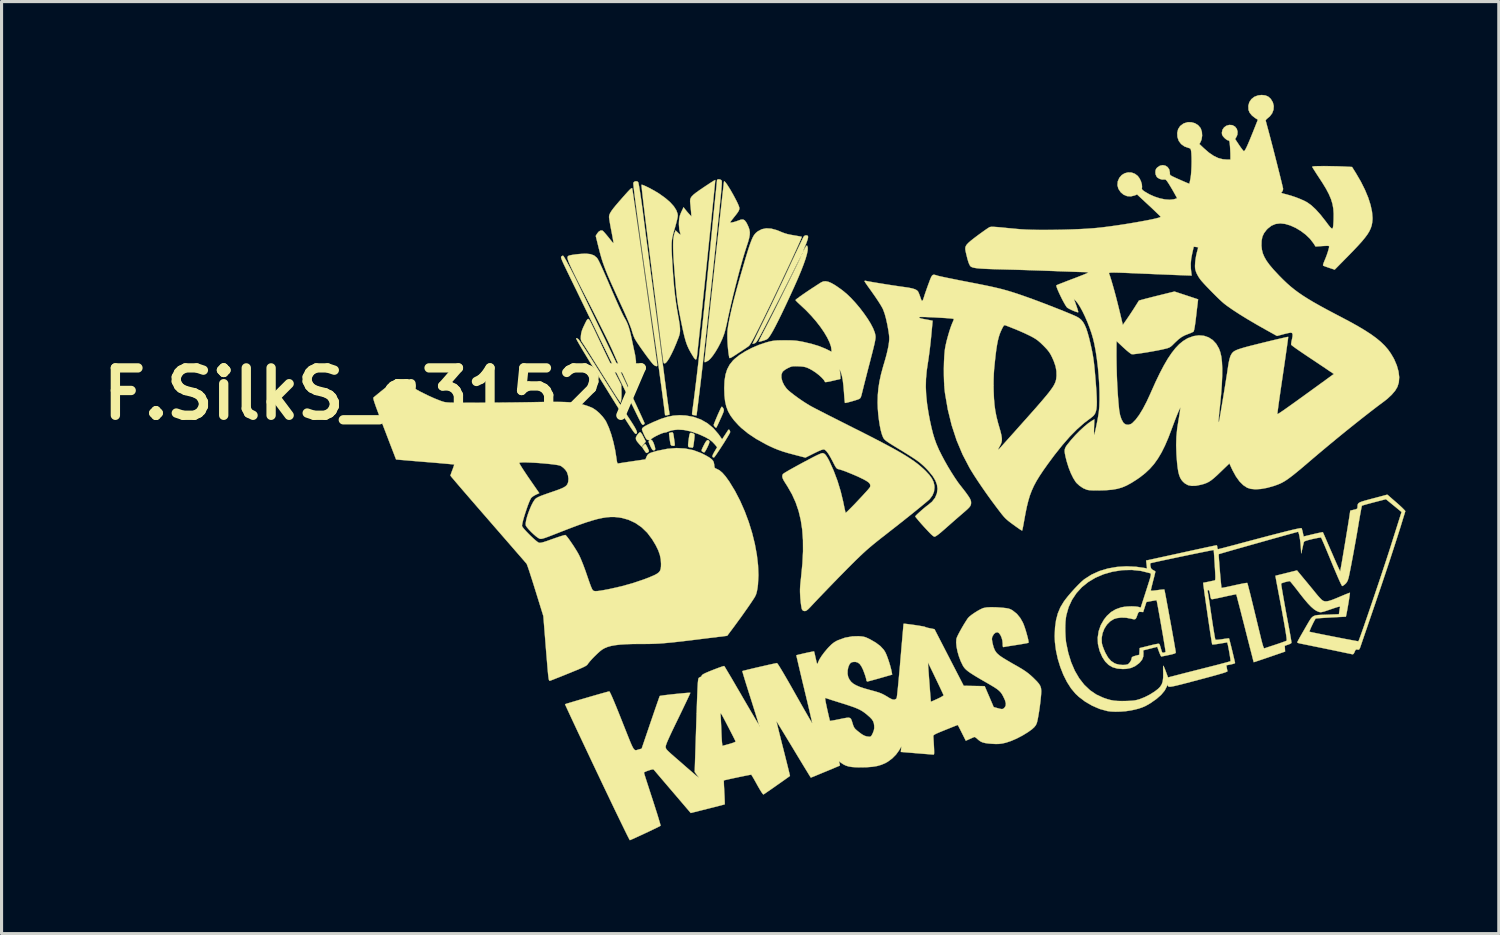
<source format=kicad_pcb>
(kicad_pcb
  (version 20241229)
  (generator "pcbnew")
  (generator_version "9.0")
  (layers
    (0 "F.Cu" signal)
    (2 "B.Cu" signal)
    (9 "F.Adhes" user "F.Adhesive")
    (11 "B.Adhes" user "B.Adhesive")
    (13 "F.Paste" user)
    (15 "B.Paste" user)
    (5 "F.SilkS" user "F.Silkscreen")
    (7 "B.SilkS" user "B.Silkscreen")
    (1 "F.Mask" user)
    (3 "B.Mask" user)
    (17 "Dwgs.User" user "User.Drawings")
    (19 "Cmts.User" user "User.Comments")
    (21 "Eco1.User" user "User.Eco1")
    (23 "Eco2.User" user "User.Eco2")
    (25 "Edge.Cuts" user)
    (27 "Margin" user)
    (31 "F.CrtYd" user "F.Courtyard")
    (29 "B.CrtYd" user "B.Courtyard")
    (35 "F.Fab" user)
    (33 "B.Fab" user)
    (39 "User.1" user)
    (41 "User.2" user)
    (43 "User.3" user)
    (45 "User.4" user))
  (footprint "F.SilkS_g31527"
    (layer "F.Cu")
    (at 9.042 9.615)
    (property "Reference" "F.SilkS_g31527" (at 0 0 0) (layer "F.SilkS") (effects (font (size 1.524 1.524) (thickness 0.3))))
    (attr through_hole)
    (fp_poly (pts (xy 8.516 1.248) (xy 8.555 1.302) (xy 8.597 1.382) (xy 8.674 1.537) (xy 8.607 1.618) (xy 8.539 1.698) (xy 8.46 1.61) (xy 8.394 1.531) (xy 8.36 1.469) (xy 8.354 1.415) (xy 8.376 1.359) (xy 8.398 1.324) (xy 8.439 1.273) (xy 8.476 1.239) (xy 8.489 1.232) (xy 8.516 1.248)) (stroke (width 0.01) (type solid)) (fill yes) (layer "F.SilkS"))
    (fp_poly (pts (xy 8.672 1.626) (xy 8.699 1.672) (xy 8.729 1.729) (xy 8.76 1.796) (xy 8.774 1.835) (xy 8.771 1.858) (xy 8.753 1.875) (xy 8.75 1.877) (xy 8.718 1.898) (xy 8.693 1.899) (xy 8.666 1.875) (xy 8.629 1.821) (xy 8.618 1.805) (xy 8.553 1.705) (xy 8.598 1.657) (xy 8.634 1.623) (xy 8.656 1.609) (xy 8.656 1.609) (xy 8.672 1.626)) (stroke (width 0.01) (type solid)) (fill yes) (layer "F.SilkS"))
    (fp_poly (pts (xy 10.69 1.493) (xy 10.71 1.513) (xy 10.72 1.536) (xy 10.716 1.571) (xy 10.696 1.627) (xy 10.658 1.711) (xy 10.656 1.714) (xy 10.618 1.79) (xy 10.584 1.848) (xy 10.559 1.88) (xy 10.552 1.884) (xy 10.517 1.872) (xy 10.49 1.856) (xy 10.473 1.84) (xy 10.468 1.82) (xy 10.477 1.787) (xy 10.501 1.732) (xy 10.539 1.655) (xy 10.588 1.563) (xy 10.627 1.508) (xy 10.66 1.486) (xy 10.69 1.493)) (stroke (width 0.01) (type solid)) (fill yes) (layer "F.SilkS"))
    (fp_poly (pts (xy 9.537 1.241) (xy 9.552 1.263) (xy 9.564 1.308) (xy 9.576 1.384) (xy 9.587 1.467) (xy 9.6 1.561) (xy 9.606 1.621) (xy 9.604 1.654) (xy 9.593 1.669) (xy 9.571 1.672) (xy 9.548 1.672) (xy 9.493 1.66) (xy 9.475 1.635) (xy 9.466 1.593) (xy 9.454 1.529) (xy 9.443 1.452) (xy 9.433 1.376) (xy 9.425 1.311) (xy 9.422 1.27) (xy 9.423 1.261) (xy 9.446 1.252) (xy 9.487 1.241) (xy 9.516 1.236) (xy 9.537 1.241)) (stroke (width 0.01) (type solid)) (fill yes) (layer "F.SilkS"))
    (fp_poly (pts (xy 10.181 1.266) (xy 10.193 1.27) (xy 10.224 1.284) (xy 10.24 1.304) (xy 10.243 1.34) (xy 10.238 1.404) (xy 10.236 1.424) (xy 10.222 1.549) (xy 10.21 1.636) (xy 10.2 1.693) (xy 10.188 1.723) (xy 10.176 1.733) (xy 10.173 1.732) (xy 10.136 1.727) (xy 10.091 1.721) (xy 10.063 1.715) (xy 10.045 1.702) (xy 10.036 1.677) (xy 10.035 1.631) (xy 10.042 1.558) (xy 10.056 1.45) (xy 10.058 1.436) (xy 10.072 1.343) (xy 10.086 1.285) (xy 10.106 1.257) (xy 10.136 1.253) (xy 10.181 1.266)) (stroke (width 0.01) (type solid)) (fill yes) (layer "F.SilkS"))
    (fp_poly (pts (xy 11.132 0.419) (xy 11.161 0.457) (xy 11.165 0.464) (xy 11.178 0.492) (xy 11.184 0.518) (xy 11.181 0.549) (xy 11.168 0.594) (xy 11.141 0.659) (xy 11.1 0.753) (xy 11.078 0.8) (xy 11.033 0.899) (xy 10.994 0.984) (xy 10.963 1.047) (xy 10.946 1.082) (xy 10.943 1.085) (xy 10.921 1.084) (xy 10.894 1.062) (xy 10.867 1.023) (xy 10.858 1) (xy 10.867 0.971) (xy 10.889 0.913) (xy 10.921 0.834) (xy 10.959 0.743) (xy 11 0.648) (xy 11.04 0.56) (xy 11.074 0.486) (xy 11.1 0.435) (xy 11.111 0.417) (xy 11.132 0.419)) (stroke (width 0.01) (type solid)) (fill yes) (layer "F.SilkS"))
    (fp_poly (pts (xy 6.51 -1.755) (xy 6.531 -1.729) (xy 6.572 -1.669) (xy 6.632 -1.58) (xy 6.707 -1.465) (xy 6.795 -1.328) (xy 6.896 -1.171) (xy 7.006 -0.998) (xy 7.123 -0.812) (xy 7.232 -0.638) (xy 7.361 -0.431) (xy 7.491 -0.225) (xy 7.619 -0.023) (xy 7.741 0.17) (xy 7.854 0.349) (xy 7.956 0.508) (xy 8.044 0.645) (xy 8.114 0.753) (xy 8.146 0.801) (xy 8.24 0.946) (xy 8.31 1.059) (xy 8.357 1.145) (xy 8.384 1.208) (xy 8.391 1.25) (xy 8.38 1.275) (xy 8.353 1.286) (xy 8.35 1.286) (xy 8.339 1.282) (xy 8.322 1.266) (xy 8.298 1.237) (xy 8.264 1.192) (xy 8.221 1.129) (xy 8.166 1.046) (xy 8.098 0.941) (xy 8.015 0.812) (xy 7.917 0.657) (xy 7.803 0.474) (xy 7.67 0.261) (xy 7.517 0.015) (xy 7.361 -0.237) (xy 7.177 -0.535) (xy 7.012 -0.803) (xy 6.867 -1.04) (xy 6.743 -1.246) (xy 6.638 -1.419) (xy 6.555 -1.56) (xy 6.493 -1.668) (xy 6.453 -1.742) (xy 6.435 -1.78) (xy 6.435 -1.787) (xy 6.464 -1.788) (xy 6.51 -1.755)) (stroke (width 0.01) (type solid)) (fill yes) (layer "F.SilkS"))
    (fp_poly (pts (xy 6.857 -2.384) (xy 6.89 -2.328) (xy 6.927 -2.253) (xy 6.963 -2.18) (xy 7.014 -2.075) (xy 7.074 -1.949) (xy 7.14 -1.809) (xy 7.209 -1.663) (xy 7.249 -1.577) (xy 7.326 -1.413) (xy 7.412 -1.234) (xy 7.501 -1.051) (xy 7.586 -0.879) (xy 7.661 -0.728) (xy 7.68 -0.692) (xy 7.885 -0.293) (xy 7.892 -0.077) (xy 7.893 0.023) (xy 7.89 0.115) (xy 7.884 0.186) (xy 7.88 0.212) (xy 7.861 0.285) (xy 7.755 0.127) (xy 7.72 0.074) (xy 7.666 -0.011) (xy 7.596 -0.121) (xy 7.513 -0.253) (xy 7.421 -0.401) (xy 7.321 -0.56) (xy 7.217 -0.726) (xy 7.189 -0.773) (xy 7.086 -0.937) (xy 6.988 -1.094) (xy 6.897 -1.239) (xy 6.816 -1.368) (xy 6.748 -1.475) (xy 6.695 -1.557) (xy 6.661 -1.609) (xy 6.654 -1.619) (xy 6.613 -1.68) (xy 6.591 -1.728) (xy 6.584 -1.781) (xy 6.587 -1.857) (xy 6.587 -1.863) (xy 6.598 -1.951) (xy 6.621 -2.036) (xy 6.661 -2.136) (xy 6.682 -2.18) (xy 6.735 -2.291) (xy 6.774 -2.365) (xy 6.805 -2.404) (xy 6.83 -2.41) (xy 6.857 -2.384)) (stroke (width 0.01) (type solid)) (fill yes) (layer "F.SilkS"))
    (fp_poly (pts (xy 11.066 -6.893) (xy 11.104 -6.871) (xy 11.112 -6.86) (xy 11.115 -6.849) (xy 11.118 -6.832) (xy 11.119 -6.807) (xy 11.118 -6.77) (xy 11.116 -6.719) (xy 11.111 -6.654) (xy 11.104 -6.57) (xy 11.095 -6.466) (xy 11.083 -6.339) (xy 11.068 -6.188) (xy 11.05 -6.01) (xy 11.029 -5.803) (xy 11.004 -5.564) (xy 10.975 -5.291) (xy 10.943 -4.982) (xy 10.906 -4.635) (xy 10.879 -4.381) (xy 10.821 -3.837) (xy 10.765 -3.318) (xy 10.712 -2.825) (xy 10.661 -2.361) (xy 10.614 -1.927) (xy 10.569 -1.525) (xy 10.528 -1.157) (xy 10.49 -0.824) (xy 10.456 -0.527) (xy 10.425 -0.269) (xy 10.399 -0.05) (xy 10.393 -0.004) (xy 10.372 0.161) (xy 10.354 0.312) (xy 10.337 0.445) (xy 10.324 0.553) (xy 10.314 0.633) (xy 10.309 0.679) (xy 10.308 0.688) (xy 10.293 0.695) (xy 10.292 0.695) (xy 10.262 0.69) (xy 10.216 0.683) (xy 10.179 0.675) (xy 10.163 0.658) (xy 10.163 0.619) (xy 10.168 0.575) (xy 10.213 0.247) (xy 10.259 -0.119) (xy 10.309 -0.525) (xy 10.361 -0.971) (xy 10.415 -1.457) (xy 10.472 -1.983) (xy 10.532 -2.55) (xy 10.595 -3.159) (xy 10.66 -3.809) (xy 10.7 -4.212) (xy 10.728 -4.497) (xy 10.756 -4.778) (xy 10.783 -5.051) (xy 10.809 -5.312) (xy 10.833 -5.556) (xy 10.855 -5.781) (xy 10.876 -5.981) (xy 10.893 -6.154) (xy 10.907 -6.295) (xy 10.918 -6.399) (xy 10.922 -6.441) (xy 10.936 -6.568) (xy 10.947 -6.681) (xy 10.956 -6.774) (xy 10.962 -6.839) (xy 10.964 -6.87) (xy 10.964 -6.87) (xy 10.981 -6.894) (xy 11.02 -6.901) (xy 11.066 -6.893)) (stroke (width 0.01) (type solid)) (fill yes) (layer "F.SilkS"))
    (fp_poly (pts (xy 6.03 -4.426) (xy 6.065 -4.371) (xy 6.116 -4.283) (xy 6.18 -4.165) (xy 6.257 -4.02) (xy 6.344 -3.849) (xy 6.44 -3.657) (xy 6.544 -3.445) (xy 6.556 -3.418) (xy 6.644 -3.237) (xy 6.745 -3.028) (xy 6.855 -2.802) (xy 6.968 -2.569) (xy 7.08 -2.338) (xy 7.185 -2.122) (xy 7.244 -2) (xy 7.331 -1.821) (xy 7.425 -1.626) (xy 7.525 -1.418) (xy 7.629 -1.201) (xy 7.735 -0.978) (xy 7.842 -0.753) (xy 7.949 -0.529) (xy 8.053 -0.308) (xy 8.153 -0.095) (xy 8.249 0.107) (xy 8.337 0.295) (xy 8.417 0.466) (xy 8.487 0.617) (xy 8.545 0.743) (xy 8.59 0.843) (xy 8.621 0.911) (xy 8.635 0.946) (xy 8.636 0.95) (xy 8.62 0.977) (xy 8.598 0.993) (xy 8.579 0.997) (xy 8.56 0.986) (xy 8.536 0.955) (xy 8.503 0.897) (xy 8.457 0.807) (xy 8.447 0.787) (xy 8.421 0.735) (xy 8.379 0.649) (xy 8.321 0.53) (xy 8.249 0.382) (xy 8.164 0.209) (xy 8.068 0.012) (xy 7.963 -0.204) (xy 7.849 -0.438) (xy 7.729 -0.685) (xy 7.604 -0.943) (xy 7.475 -1.208) (xy 7.44 -1.281) (xy 7.304 -1.559) (xy 7.168 -1.839) (xy 7.034 -2.116) (xy 6.902 -2.386) (xy 6.776 -2.646) (xy 6.657 -2.89) (xy 6.547 -3.117) (xy 6.448 -3.321) (xy 6.361 -3.498) (xy 6.289 -3.646) (xy 6.235 -3.757) (xy 6.151 -3.93) (xy 6.084 -4.069) (xy 6.032 -4.177) (xy 5.995 -4.26) (xy 5.97 -4.32) (xy 5.955 -4.362) (xy 5.95 -4.39) (xy 5.952 -4.407) (xy 5.96 -4.417) (xy 5.962 -4.418) (xy 5.996 -4.44) (xy 6.01 -4.445) (xy 6.03 -4.426)) (stroke (width 0.01) (type solid)) (fill yes) (layer "F.SilkS"))
    (fp_poly (pts (xy 12.708 -5.313) (xy 12.885 -5.265) (xy 12.97 -5.231) (xy 13.068 -5.19) (xy 13.152 -5.16) (xy 13.234 -5.136) (xy 13.329 -5.116) (xy 13.449 -5.095) (xy 13.472 -5.091) (xy 13.561 -5.076) (xy 13.633 -5.063) (xy 13.679 -5.053) (xy 13.69 -5.05) (xy 13.684 -5.028) (xy 13.662 -4.971) (xy 13.624 -4.884) (xy 13.572 -4.768) (xy 13.508 -4.627) (xy 13.434 -4.465) (xy 13.351 -4.285) (xy 13.26 -4.09) (xy 13.163 -3.884) (xy 13.062 -3.67) (xy 12.959 -3.451) (xy 12.854 -3.231) (xy 12.749 -3.013) (xy 12.647 -2.801) (xy 12.548 -2.597) (xy 12.454 -2.405) (xy 12.384 -2.265) (xy 12.29 -2.076) (xy 12.212 -1.922) (xy 12.149 -1.799) (xy 12.097 -1.704) (xy 12.056 -1.633) (xy 12.023 -1.582) (xy 11.997 -1.549) (xy 11.975 -1.529) (xy 11.933 -1.5) (xy 11.864 -1.453) (xy 11.776 -1.395) (xy 11.677 -1.33) (xy 11.636 -1.303) (xy 11.533 -1.235) (xy 11.46 -1.189) (xy 11.411 -1.162) (xy 11.381 -1.151) (xy 11.365 -1.153) (xy 11.358 -1.167) (xy 11.357 -1.171) (xy 11.336 -1.301) (xy 11.318 -1.454) (xy 11.305 -1.618) (xy 11.298 -1.779) (xy 11.297 -1.925) (xy 11.303 -2.043) (xy 11.303 -2.045) (xy 11.323 -2.186) (xy 11.355 -2.362) (xy 11.399 -2.57) (xy 11.453 -2.806) (xy 11.517 -3.064) (xy 11.591 -3.342) (xy 11.672 -3.634) (xy 11.716 -3.789) (xy 11.793 -4.053) (xy 11.859 -4.28) (xy 11.917 -4.473) (xy 11.967 -4.635) (xy 12.011 -4.769) (xy 12.05 -4.878) (xy 12.085 -4.966) (xy 12.117 -5.037) (xy 12.148 -5.092) (xy 12.179 -5.136) (xy 12.212 -5.172) (xy 12.247 -5.203) (xy 12.279 -5.227) (xy 12.405 -5.294) (xy 12.548 -5.323) (xy 12.708 -5.313)) (stroke (width 0.01) (type solid)) (fill yes) (layer "F.SilkS"))
    (fp_poly (pts (xy 8.562 -6.721) (xy 8.617 -6.701) (xy 8.694 -6.666) (xy 8.786 -6.62) (xy 8.887 -6.566) (xy 8.989 -6.508) (xy 9.085 -6.45) (xy 9.126 -6.423) (xy 9.31 -6.29) (xy 9.461 -6.158) (xy 9.577 -6.029) (xy 9.656 -5.905) (xy 9.697 -5.789) (xy 9.703 -5.726) (xy 9.696 -5.676) (xy 9.679 -5.596) (xy 9.653 -5.493) (xy 9.622 -5.378) (xy 9.602 -5.312) (xy 9.57 -5.201) (xy 9.545 -5.106) (xy 9.526 -5.02) (xy 9.513 -4.936) (xy 9.506 -4.847) (xy 9.504 -4.745) (xy 9.506 -4.624) (xy 9.512 -4.476) (xy 9.522 -4.295) (xy 9.525 -4.244) (xy 9.544 -3.94) (xy 9.564 -3.67) (xy 9.585 -3.426) (xy 9.61 -3.199) (xy 9.638 -2.983) (xy 9.67 -2.768) (xy 9.708 -2.547) (xy 9.716 -2.503) (xy 9.745 -2.339) (xy 9.764 -2.208) (xy 9.774 -2.104) (xy 9.775 -2.018) (xy 9.766 -1.944) (xy 9.749 -1.874) (xy 9.729 -1.816) (xy 9.651 -1.618) (xy 9.576 -1.442) (xy 9.504 -1.291) (xy 9.439 -1.167) (xy 9.38 -1.072) (xy 9.329 -1.008) (xy 9.288 -0.978) (xy 9.257 -0.984) (xy 9.24 -1.021) (xy 9.236 -1.05) (xy 9.227 -1.117) (xy 9.214 -1.219) (xy 9.196 -1.352) (xy 9.176 -1.512) (xy 9.153 -1.696) (xy 9.127 -1.9) (xy 9.099 -2.12) (xy 9.07 -2.353) (xy 9.061 -2.424) (xy 9.027 -2.701) (xy 8.988 -3.012) (xy 8.946 -3.346) (xy 8.902 -3.695) (xy 8.858 -4.05) (xy 8.814 -4.4) (xy 8.772 -4.738) (xy 8.732 -5.054) (xy 8.708 -5.244) (xy 8.678 -5.489) (xy 8.649 -5.721) (xy 8.623 -5.937) (xy 8.599 -6.134) (xy 8.579 -6.308) (xy 8.562 -6.456) (xy 8.549 -6.575) (xy 8.54 -6.661) (xy 8.536 -6.711) (xy 8.536 -6.723) (xy 8.562 -6.721)) (stroke (width 0.01) (type solid)) (fill yes) (layer "F.SilkS"))
    (fp_poly (pts (xy 8.403 -6.831) (xy 8.432 -6.802) (xy 8.433 -6.8) (xy 8.445 -6.746) (xy 8.462 -6.655) (xy 8.482 -6.534) (xy 8.505 -6.387) (xy 8.529 -6.222) (xy 8.554 -6.043) (xy 8.579 -5.856) (xy 8.594 -5.736) (xy 8.607 -5.632) (xy 8.625 -5.491) (xy 8.648 -5.316) (xy 8.674 -5.113) (xy 8.704 -4.885) (xy 8.737 -4.638) (xy 8.771 -4.376) (xy 8.807 -4.103) (xy 8.844 -3.823) (xy 8.882 -3.541) (xy 8.89 -3.482) (xy 8.929 -3.184) (xy 8.97 -2.874) (xy 9.012 -2.559) (xy 9.053 -2.244) (xy 9.094 -1.936) (xy 9.132 -1.641) (xy 9.168 -1.364) (xy 9.201 -1.112) (xy 9.229 -0.891) (xy 9.25 -0.73) (xy 9.276 -0.52) (xy 9.303 -0.317) (xy 9.328 -0.125) (xy 9.351 0.05) (xy 9.371 0.202) (xy 9.389 0.328) (xy 9.402 0.421) (xy 9.41 0.473) (xy 9.424 0.557) (xy 9.433 0.623) (xy 9.437 0.661) (xy 9.436 0.667) (xy 9.413 0.675) (xy 9.366 0.686) (xy 9.361 0.687) (xy 9.313 0.693) (xy 9.294 0.681) (xy 9.292 0.669) (xy 9.289 0.638) (xy 9.281 0.569) (xy 9.268 0.467) (xy 9.251 0.336) (xy 9.231 0.18) (xy 9.207 0.003) (xy 9.182 -0.189) (xy 9.154 -0.393) (xy 9.125 -0.604) (xy 9.096 -0.819) (xy 9.066 -1.033) (xy 9.037 -1.241) (xy 9.01 -1.439) (xy 8.983 -1.623) (xy 8.96 -1.789) (xy 8.953 -1.831) (xy 8.876 -2.365) (xy 8.802 -2.875) (xy 8.733 -3.358) (xy 8.668 -3.815) (xy 8.607 -4.243) (xy 8.551 -4.642) (xy 8.499 -5.011) (xy 8.453 -5.348) (xy 8.411 -5.653) (xy 8.375 -5.924) (xy 8.344 -6.161) (xy 8.318 -6.361) (xy 8.298 -6.525) (xy 8.284 -6.65) (xy 8.276 -6.736) (xy 8.274 -6.782) (xy 8.275 -6.789) (xy 8.308 -6.824) (xy 8.356 -6.838) (xy 8.403 -6.831)) (stroke (width 0.01) (type solid)) (fill yes) (layer "F.SilkS"))
    (fp_poly (pts (xy 6.894 -4.493) (xy 7.01 -4.451) (xy 7.095 -4.382) (xy 7.11 -4.364) (xy 7.127 -4.338) (xy 7.146 -4.305) (xy 7.169 -4.261) (xy 7.197 -4.204) (xy 7.232 -4.129) (xy 7.275 -4.034) (xy 7.328 -3.915) (xy 7.392 -3.769) (xy 7.469 -3.591) (xy 7.56 -3.38) (xy 7.601 -3.284) (xy 7.674 -3.118) (xy 7.745 -2.957) (xy 7.811 -2.809) (xy 7.872 -2.679) (xy 7.922 -2.573) (xy 7.961 -2.495) (xy 7.98 -2.46) (xy 8.033 -2.367) (xy 8.077 -2.276) (xy 8.115 -2.178) (xy 8.15 -2.064) (xy 8.185 -1.927) (xy 8.223 -1.757) (xy 8.225 -1.746) (xy 8.252 -1.618) (xy 8.279 -1.491) (xy 8.303 -1.378) (xy 8.322 -1.289) (xy 8.329 -1.259) (xy 8.358 -1.053) (xy 8.356 -0.855) (xy 8.322 -0.674) (xy 8.305 -0.624) (xy 8.251 -0.475) (xy 8.212 -0.355) (xy 8.183 -0.256) (xy 8.177 -0.233) (xy 8.162 -0.19) (xy 8.148 -0.177) (xy 8.145 -0.18) (xy 8.131 -0.208) (xy 8.103 -0.268) (xy 8.063 -0.357) (xy 8.013 -0.467) (xy 7.956 -0.593) (xy 7.895 -0.73) (xy 7.831 -0.873) (xy 7.769 -1.014) (xy 7.709 -1.15) (xy 7.655 -1.273) (xy 7.609 -1.379) (xy 7.606 -1.386) (xy 7.57 -1.465) (xy 7.517 -1.577) (xy 7.45 -1.718) (xy 7.37 -1.881) (xy 7.279 -2.064) (xy 7.181 -2.26) (xy 7.078 -2.466) (xy 6.971 -2.677) (xy 6.908 -2.8) (xy 6.764 -3.081) (xy 6.638 -3.327) (xy 6.53 -3.541) (xy 6.438 -3.724) (xy 6.361 -3.88) (xy 6.298 -4.01) (xy 6.248 -4.117) (xy 6.21 -4.203) (xy 6.183 -4.271) (xy 6.166 -4.324) (xy 6.158 -4.364) (xy 6.157 -4.393) (xy 6.163 -4.413) (xy 6.175 -4.428) (xy 6.191 -4.439) (xy 6.197 -4.442) (xy 6.239 -4.455) (xy 6.314 -4.469) (xy 6.41 -4.483) (xy 6.517 -4.495) (xy 6.624 -4.503) (xy 6.721 -4.508) (xy 6.752 -4.508) (xy 6.894 -4.493)) (stroke (width 0.01) (type solid)) (fill yes) (layer "F.SilkS"))
    (fp_poly (pts (xy 11.209 -6.83) (xy 11.244 -6.792) (xy 11.29 -6.728) (xy 11.344 -6.644) (xy 11.404 -6.546) (xy 11.465 -6.439) (xy 11.525 -6.33) (xy 11.58 -6.225) (xy 11.627 -6.13) (xy 11.661 -6.05) (xy 11.681 -5.992) (xy 11.684 -5.971) (xy 11.679 -5.931) (xy 11.663 -5.888) (xy 11.63 -5.834) (xy 11.577 -5.762) (xy 11.511 -5.68) (xy 11.457 -5.612) (xy 11.415 -5.557) (xy 11.391 -5.522) (xy 11.388 -5.515) (xy 11.406 -5.508) (xy 11.453 -5.513) (xy 11.518 -5.528) (xy 11.591 -5.551) (xy 11.645 -5.571) (xy 11.735 -5.603) (xy 11.802 -5.607) (xy 11.855 -5.579) (xy 11.903 -5.516) (xy 11.935 -5.458) (xy 11.978 -5.365) (xy 12.006 -5.282) (xy 12.019 -5.201) (xy 12.016 -5.113) (xy 11.998 -5.011) (xy 11.964 -4.886) (xy 11.913 -4.731) (xy 11.909 -4.719) (xy 11.86 -4.566) (xy 11.803 -4.378) (xy 11.742 -4.162) (xy 11.677 -3.925) (xy 11.611 -3.673) (xy 11.544 -3.413) (xy 11.479 -3.151) (xy 11.418 -2.895) (xy 11.362 -2.65) (xy 11.313 -2.424) (xy 11.293 -2.325) (xy 11.267 -2.207) (xy 11.239 -2.088) (xy 11.211 -1.983) (xy 11.189 -1.913) (xy 11.135 -1.771) (xy 11.068 -1.626) (xy 10.993 -1.483) (xy 10.913 -1.349) (xy 10.834 -1.233) (xy 10.759 -1.14) (xy 10.693 -1.077) (xy 10.672 -1.063) (xy 10.611 -1.031) (xy 10.578 -1.018) (xy 10.564 -1.025) (xy 10.562 -1.042) (xy 10.564 -1.068) (xy 10.57 -1.133) (xy 10.58 -1.233) (xy 10.594 -1.367) (xy 10.612 -1.53) (xy 10.632 -1.721) (xy 10.655 -1.936) (xy 10.68 -2.172) (xy 10.707 -2.426) (xy 10.737 -2.696) (xy 10.767 -2.978) (xy 10.799 -3.27) (xy 10.831 -3.568) (xy 10.864 -3.869) (xy 10.896 -4.172) (xy 10.929 -4.472) (xy 10.961 -4.767) (xy 10.993 -5.054) (xy 11.023 -5.33) (xy 11.051 -5.591) (xy 11.078 -5.836) (xy 11.103 -6.061) (xy 11.125 -6.263) (xy 11.145 -6.439) (xy 11.162 -6.587) (xy 11.175 -6.703) (xy 11.184 -6.785) (xy 11.19 -6.829) (xy 11.191 -6.836) (xy 11.209 -6.83)) (stroke (width 0.01) (type solid)) (fill yes) (layer "F.SilkS"))
    (fp_poly (pts (xy 9.96 0.696) (xy 10.212 0.742) (xy 10.444 0.825) (xy 10.655 0.945) (xy 10.843 1.1) (xy 11.007 1.29) (xy 11.027 1.317) (xy 11.128 1.461) (xy 11.221 1.32) (xy 11.267 1.25) (xy 11.304 1.193) (xy 11.327 1.159) (xy 11.329 1.156) (xy 11.35 1.149) (xy 11.372 1.173) (xy 11.386 1.214) (xy 11.387 1.231) (xy 11.376 1.258) (xy 11.346 1.314) (xy 11.3 1.392) (xy 11.243 1.485) (xy 11.179 1.588) (xy 11.111 1.694) (xy 11.044 1.796) (xy 10.982 1.889) (xy 10.93 1.966) (xy 10.89 2.021) (xy 10.867 2.046) (xy 10.865 2.047) (xy 10.835 2.04) (xy 10.821 2.027) (xy 10.816 2.001) (xy 10.831 1.956) (xy 10.868 1.884) (xy 10.884 1.858) (xy 10.968 1.716) (xy 10.89 1.621) (xy 10.812 1.539) (xy 10.716 1.465) (xy 10.594 1.395) (xy 10.441 1.324) (xy 10.351 1.286) (xy 10.115 1.206) (xy 9.902 1.161) (xy 9.706 1.15) (xy 9.575 1.163) (xy 9.495 1.18) (xy 9.427 1.199) (xy 9.387 1.216) (xy 9.332 1.237) (xy 9.287 1.244) (xy 9.239 1.254) (xy 9.166 1.28) (xy 9.08 1.318) (xy 8.993 1.361) (xy 8.917 1.404) (xy 8.869 1.437) (xy 8.837 1.467) (xy 8.838 1.48) (xy 8.851 1.481) (xy 8.883 1.502) (xy 8.917 1.564) (xy 8.929 1.593) (xy 8.962 1.69) (xy 8.977 1.755) (xy 8.974 1.794) (xy 8.953 1.813) (xy 8.937 1.817) (xy 8.909 1.814) (xy 8.883 1.793) (xy 8.854 1.746) (xy 8.826 1.69) (xy 8.788 1.605) (xy 8.769 1.55) (xy 8.767 1.518) (xy 8.781 1.5) (xy 8.789 1.496) (xy 8.791 1.488) (xy 8.759 1.483) (xy 8.757 1.483) (xy 8.725 1.478) (xy 8.698 1.459) (xy 8.67 1.418) (xy 8.634 1.348) (xy 8.625 1.329) (xy 8.59 1.252) (xy 8.564 1.188) (xy 8.552 1.146) (xy 8.551 1.142) (xy 8.557 1.116) (xy 8.576 1.09) (xy 8.613 1.06) (xy 8.674 1.024) (xy 8.763 0.979) (xy 8.885 0.922) (xy 8.926 0.903) (xy 9.156 0.807) (xy 9.367 0.739) (xy 9.565 0.7) (xy 9.76 0.686) (xy 9.96 0.696)) (stroke (width 0.01) (type solid)) (fill yes) (layer "F.SilkS"))
    (fp_poly (pts (xy 10.907 -6.856) (xy 10.901 -6.796) (xy 10.892 -6.699) (xy 10.879 -6.569) (xy 10.863 -6.409) (xy 10.844 -6.221) (xy 10.822 -6.01) (xy 10.798 -5.776) (xy 10.773 -5.525) (xy 10.745 -5.258) (xy 10.716 -4.978) (xy 10.686 -4.689) (xy 10.656 -4.394) (xy 10.625 -4.094) (xy 10.594 -3.795) (xy 10.563 -3.497) (xy 10.532 -3.205) (xy 10.502 -2.921) (xy 10.474 -2.648) (xy 10.447 -2.389) (xy 10.421 -2.148) (xy 10.398 -1.927) (xy 10.377 -1.728) (xy 10.358 -1.556) (xy 10.343 -1.413) (xy 10.331 -1.301) (xy 10.322 -1.225) (xy 10.318 -1.191) (xy 10.305 -1.128) (xy 10.287 -1.104) (xy 10.26 -1.117) (xy 10.24 -1.138) (xy 10.216 -1.171) (xy 10.178 -1.232) (xy 10.131 -1.31) (xy 10.1 -1.365) (xy 10.055 -1.449) (xy 10.016 -1.535) (xy 9.98 -1.628) (xy 9.946 -1.736) (xy 9.912 -1.864) (xy 9.876 -2.018) (xy 9.836 -2.204) (xy 9.811 -2.326) (xy 9.772 -2.521) (xy 9.741 -2.685) (xy 9.715 -2.827) (xy 9.695 -2.955) (xy 9.678 -3.08) (xy 9.663 -3.21) (xy 9.648 -3.355) (xy 9.633 -3.525) (xy 9.632 -3.538) (xy 9.607 -3.832) (xy 9.587 -4.087) (xy 9.571 -4.307) (xy 9.56 -4.495) (xy 9.554 -4.654) (xy 9.553 -4.789) (xy 9.555 -4.901) (xy 9.562 -4.995) (xy 9.574 -5.074) (xy 9.59 -5.141) (xy 9.608 -5.195) (xy 9.632 -5.256) (xy 9.719 -5.173) (xy 9.767 -5.132) (xy 9.791 -5.119) (xy 9.792 -5.13) (xy 9.752 -5.283) (xy 9.739 -5.447) (xy 9.741 -5.531) (xy 9.75 -5.639) (xy 9.769 -5.727) (xy 9.802 -5.815) (xy 9.819 -5.854) (xy 9.889 -6.001) (xy 9.945 -5.927) (xy 9.997 -5.863) (xy 10.056 -5.796) (xy 10.072 -5.779) (xy 10.142 -5.704) (xy 10.13 -5.863) (xy 10.121 -5.96) (xy 10.112 -6.058) (xy 10.104 -6.13) (xy 10.099 -6.194) (xy 10.103 -6.249) (xy 10.119 -6.299) (xy 10.152 -6.349) (xy 10.205 -6.402) (xy 10.283 -6.465) (xy 10.388 -6.541) (xy 10.525 -6.634) (xy 10.532 -6.639) (xy 10.642 -6.712) (xy 10.739 -6.776) (xy 10.819 -6.827) (xy 10.876 -6.862) (xy 10.906 -6.877) (xy 10.908 -6.878) (xy 10.907 -6.856)) (stroke (width 0.01) (type solid)) (fill yes) (layer "F.SilkS"))
    (fp_poly (pts (xy 8.238 -6.608) (xy 8.238 -6.608) (xy 8.242 -6.583) (xy 8.252 -6.519) (xy 8.268 -6.417) (xy 8.288 -6.281) (xy 8.312 -6.113) (xy 8.341 -5.916) (xy 8.373 -5.691) (xy 8.409 -5.442) (xy 8.448 -5.171) (xy 8.489 -4.88) (xy 8.533 -4.572) (xy 8.579 -4.249) (xy 8.626 -3.913) (xy 8.645 -3.778) (xy 8.693 -3.439) (xy 8.739 -3.11) (xy 8.784 -2.795) (xy 8.826 -2.497) (xy 8.865 -2.216) (xy 8.902 -1.957) (xy 8.935 -1.722) (xy 8.965 -1.512) (xy 8.99 -1.331) (xy 9.011 -1.181) (xy 9.028 -1.065) (xy 9.039 -0.984) (xy 9.045 -0.942) (xy 9.046 -0.937) (xy 9.042 -0.899) (xy 9.015 -0.889) (xy 8.974 -0.903) (xy 8.926 -0.935) (xy 8.924 -0.937) (xy 8.888 -0.976) (xy 8.833 -1.044) (xy 8.765 -1.133) (xy 8.687 -1.237) (xy 8.606 -1.349) (xy 8.526 -1.461) (xy 8.452 -1.569) (xy 8.388 -1.663) (xy 8.341 -1.739) (xy 8.318 -1.779) (xy 8.28 -1.868) (xy 8.244 -1.971) (xy 8.224 -2.043) (xy 8.205 -2.102) (xy 8.17 -2.195) (xy 8.121 -2.317) (xy 8.059 -2.462) (xy 7.986 -2.627) (xy 7.905 -2.806) (xy 7.892 -2.834) (xy 7.772 -3.094) (xy 7.669 -3.321) (xy 7.58 -3.518) (xy 7.504 -3.69) (xy 7.439 -3.842) (xy 7.384 -3.978) (xy 7.337 -4.103) (xy 7.295 -4.22) (xy 7.258 -4.335) (xy 7.224 -4.452) (xy 7.19 -4.576) (xy 7.156 -4.71) (xy 7.134 -4.799) (xy 7.065 -5.079) (xy 7.106 -5.148) (xy 7.157 -5.213) (xy 7.215 -5.25) (xy 7.27 -5.254) (xy 7.283 -5.248) (xy 7.311 -5.224) (xy 7.357 -5.174) (xy 7.415 -5.106) (xy 7.471 -5.038) (xy 7.531 -4.963) (xy 7.581 -4.901) (xy 7.616 -4.861) (xy 7.631 -4.847) (xy 7.634 -4.849) (xy 7.635 -4.858) (xy 7.633 -4.88) (xy 7.627 -4.919) (xy 7.616 -4.98) (xy 7.6 -5.07) (xy 7.577 -5.192) (xy 7.557 -5.296) (xy 7.535 -5.414) (xy 7.516 -5.522) (xy 7.502 -5.61) (xy 7.494 -5.67) (xy 7.493 -5.688) (xy 7.497 -5.73) (xy 7.51 -5.775) (xy 7.536 -5.827) (xy 7.576 -5.89) (xy 7.634 -5.968) (xy 7.711 -6.063) (xy 7.811 -6.18) (xy 7.936 -6.322) (xy 8.022 -6.419) (xy 8.104 -6.509) (xy 8.163 -6.57) (xy 8.202 -6.605) (xy 8.226 -6.616) (xy 8.238 -6.608)) (stroke (width 0.01) (type solid)) (fill yes) (layer "F.SilkS"))
    (fp_poly (pts (xy 13.878 -5.087) (xy 13.892 -5.059) (xy 13.891 -5.024) (xy 13.88 -4.974) (xy 13.856 -4.9) (xy 13.824 -4.813) (xy 13.81 -4.781) (xy 13.765 -4.675) (xy 13.738 -4.608) (xy 13.727 -4.576) (xy 13.732 -4.579) (xy 13.754 -4.616) (xy 13.781 -4.666) (xy 13.817 -4.731) (xy 13.841 -4.763) (xy 13.857 -4.768) (xy 13.868 -4.754) (xy 13.883 -4.697) (xy 13.879 -4.611) (xy 13.855 -4.495) (xy 13.813 -4.347) (xy 13.75 -4.168) (xy 13.668 -3.955) (xy 13.565 -3.709) (xy 13.441 -3.429) (xy 13.296 -3.113) (xy 13.276 -3.069) (xy 13.145 -2.79) (xy 13.029 -2.547) (xy 12.927 -2.341) (xy 12.839 -2.168) (xy 12.764 -2.028) (xy 12.7 -1.918) (xy 12.647 -1.837) (xy 12.604 -1.783) (xy 12.57 -1.755) (xy 12.569 -1.755) (xy 12.523 -1.735) (xy 12.461 -1.713) (xy 12.396 -1.694) (xy 12.34 -1.681) (xy 12.308 -1.677) (xy 12.306 -1.679) (xy 12.312 -1.699) (xy 12.336 -1.752) (xy 12.375 -1.83) (xy 12.425 -1.93) (xy 12.485 -2.045) (xy 12.513 -2.098) (xy 12.564 -2.197) (xy 12.628 -2.321) (xy 12.701 -2.465) (xy 12.783 -2.626) (xy 12.87 -2.799) (xy 12.961 -2.981) (xy 13.054 -3.167) (xy 13.147 -3.355) (xy 13.239 -3.539) (xy 13.327 -3.717) (xy 13.409 -3.883) (xy 13.483 -4.035) (xy 13.548 -4.168) (xy 13.601 -4.279) (xy 13.641 -4.363) (xy 13.666 -4.417) (xy 13.673 -4.436) (xy 13.664 -4.423) (xy 13.638 -4.377) (xy 13.598 -4.301) (xy 13.547 -4.202) (xy 13.486 -4.082) (xy 13.419 -3.947) (xy 13.403 -3.916) (xy 13.333 -3.776) (xy 13.247 -3.607) (xy 13.15 -3.415) (xy 13.045 -3.208) (xy 12.936 -2.994) (xy 12.826 -2.78) (xy 12.72 -2.573) (xy 12.689 -2.514) (xy 12.583 -2.309) (xy 12.495 -2.138) (xy 12.421 -1.999) (xy 12.362 -1.888) (xy 12.314 -1.802) (xy 12.276 -1.737) (xy 12.246 -1.691) (xy 12.222 -1.66) (xy 12.203 -1.641) (xy 12.186 -1.632) (xy 12.184 -1.63) (xy 12.134 -1.614) (xy 12.112 -1.61) (xy 12.107 -1.616) (xy 12.116 -1.636) (xy 12.142 -1.69) (xy 12.182 -1.773) (xy 12.235 -1.882) (xy 12.299 -2.013) (xy 12.371 -2.161) (xy 12.45 -2.322) (xy 12.47 -2.362) (xy 12.558 -2.544) (xy 12.661 -2.755) (xy 12.772 -2.988) (xy 12.889 -3.233) (xy 13.007 -3.483) (xy 13.123 -3.727) (xy 13.231 -3.958) (xy 13.275 -4.053) (xy 13.363 -4.243) (xy 13.447 -4.421) (xy 13.473 -4.477) (xy 13.674 -4.477) (xy 13.684 -4.466) (xy 13.695 -4.477) (xy 13.684 -4.487) (xy 13.674 -4.477) (xy 13.473 -4.477) (xy 13.493 -4.519) (xy 13.695 -4.519) (xy 13.705 -4.508) (xy 13.716 -4.519) (xy 13.705 -4.53) (xy 13.695 -4.519) (xy 13.493 -4.519) (xy 13.524 -4.586) (xy 13.593 -4.731) (xy 13.652 -4.855) (xy 13.699 -4.952) (xy 13.732 -5.02) (xy 13.749 -5.053) (xy 13.75 -5.055) (xy 13.793 -5.093) (xy 13.839 -5.097) (xy 13.878 -5.087)) (stroke (width 0.01) (type solid)) (fill yes) (layer "F.SilkS"))
    (fp_poly (pts (xy 14.544 -3.604) (xy 14.645 -3.561) (xy 14.766 -3.491) (xy 14.91 -3.392) (xy 15.005 -3.322) (xy 15.14 -3.21) (xy 15.279 -3.076) (xy 15.42 -2.923) (xy 15.557 -2.76) (xy 15.686 -2.591) (xy 15.803 -2.423) (xy 15.903 -2.262) (xy 15.981 -2.113) (xy 16.033 -1.983) (xy 16.047 -1.933) (xy 16.054 -1.898) (xy 16.06 -1.866) (xy 16.062 -1.831) (xy 16.06 -1.79) (xy 16.053 -1.739) (xy 16.041 -1.673) (xy 16.023 -1.589) (xy 15.997 -1.482) (xy 15.964 -1.348) (xy 15.921 -1.182) (xy 15.87 -0.982) (xy 15.848 -0.9) (xy 15.803 -0.726) (xy 15.76 -0.557) (xy 15.72 -0.4) (xy 15.685 -0.262) (xy 15.657 -0.148) (xy 15.636 -0.064) (xy 15.628 -0.032) (xy 15.606 0.056) (xy 15.586 0.112) (xy 15.563 0.145) (xy 15.536 0.163) (xy 15.489 0.182) (xy 15.419 0.205) (xy 15.336 0.23) (xy 15.251 0.254) (xy 15.174 0.274) (xy 15.114 0.288) (xy 15.082 0.292) (xy 15.079 0.291) (xy 15.074 0.267) (xy 15.068 0.209) (xy 15.06 0.123) (xy 15.052 0.018) (xy 15.048 -0.045) (xy 15.03 -0.259) (xy 15.009 -0.435) (xy 14.982 -0.575) (xy 14.951 -0.683) (xy 14.936 -0.72) (xy 14.903 -0.794) (xy 14.917 -0.709) (xy 14.927 -0.633) (xy 14.932 -0.559) (xy 14.932 -0.552) (xy 14.933 -0.48) (xy 14.69 -0.422) (xy 14.594 -0.4) (xy 14.516 -0.385) (xy 14.462 -0.378) (xy 14.44 -0.38) (xy 14.402 -0.445) (xy 14.333 -0.522) (xy 14.243 -0.604) (xy 14.139 -0.685) (xy 14.029 -0.757) (xy 13.951 -0.8) (xy 13.873 -0.837) (xy 13.808 -0.86) (xy 13.742 -0.874) (xy 13.66 -0.882) (xy 13.585 -0.886) (xy 13.487 -0.889) (xy 13.418 -0.887) (xy 13.364 -0.879) (xy 13.313 -0.861) (xy 13.25 -0.832) (xy 13.241 -0.828) (xy 13.167 -0.786) (xy 13.105 -0.741) (xy 13.069 -0.704) (xy 13.036 -0.617) (xy 13.036 -0.513) (xy 13.066 -0.397) (xy 13.124 -0.277) (xy 13.202 -0.168) (xy 13.256 -0.114) (xy 13.339 -0.044) (xy 13.443 0.037) (xy 13.562 0.125) (xy 13.688 0.212) (xy 13.813 0.294) (xy 13.931 0.367) (xy 13.981 0.395) (xy 14.042 0.428) (xy 14.137 0.478) (xy 14.262 0.542) (xy 14.412 0.619) (xy 14.583 0.707) (xy 14.772 0.802) (xy 14.973 0.904) (xy 15.183 1.01) (xy 15.378 1.108) (xy 15.708 1.274) (xy 16.002 1.424) (xy 16.264 1.56) (xy 16.495 1.683) (xy 16.699 1.795) (xy 16.879 1.897) (xy 17.037 1.992) (xy 17.176 2.081) (xy 17.299 2.165) (xy 17.408 2.246) (xy 17.507 2.327) (xy 17.598 2.408) (xy 17.673 2.479) (xy 17.791 2.606) (xy 17.874 2.722) (xy 17.927 2.832) (xy 17.953 2.943) (xy 17.957 3.014) (xy 17.941 3.146) (xy 17.892 3.265) (xy 17.808 3.38) (xy 17.775 3.412) (xy 17.711 3.467) (xy 17.621 3.542) (xy 17.507 3.636) (xy 17.373 3.745) (xy 17.222 3.867) (xy 17.057 3.998) (xy 16.881 4.138) (xy 16.699 4.281) (xy 16.512 4.427) (xy 16.436 4.487) (xy 16.26 4.624) (xy 16.111 4.742) (xy 15.984 4.845) (xy 15.871 4.94) (xy 15.767 5.03) (xy 15.665 5.123) (xy 15.558 5.224) (xy 15.441 5.337) (xy 15.391 5.386) (xy 15.286 5.49) (xy 15.159 5.617) (xy 15.016 5.763) (xy 14.861 5.92) (xy 14.701 6.085) (xy 14.541 6.25) (xy 14.386 6.411) (xy 14.242 6.561) (xy 14.114 6.696) (xy 14.008 6.809) (xy 13.966 6.854) (xy 13.898 6.923) (xy 13.848 6.964) (xy 13.807 6.982) (xy 13.784 6.985) (xy 13.731 6.973) (xy 13.696 6.929) (xy 13.695 6.927) (xy 13.684 6.885) (xy 13.671 6.81) (xy 13.658 6.712) (xy 13.648 6.602) (xy 13.645 6.576) (xy 13.638 6.464) (xy 13.634 6.369) (xy 13.634 6.28) (xy 13.639 6.184) (xy 13.649 6.073) (xy 13.664 5.934) (xy 13.67 5.877) (xy 13.711 5.453) (xy 13.731 5.063) (xy 13.729 4.702) (xy 13.705 4.368) (xy 13.658 4.057) (xy 13.588 3.766) (xy 13.494 3.491) (xy 13.375 3.228) (xy 13.23 2.975) (xy 13.174 2.888) (xy 13.109 2.783) (xy 13.072 2.704) (xy 13.062 2.642) (xy 13.076 2.594) (xy 13.086 2.578) (xy 13.115 2.556) (xy 13.178 2.516) (xy 13.273 2.46) (xy 13.398 2.39) (xy 13.548 2.307) (xy 13.721 2.213) (xy 13.915 2.11) (xy 14.036 2.046) (xy 14.136 1.995) (xy 14.227 1.952) (xy 14.3 1.921) (xy 14.347 1.906) (xy 14.355 1.905) (xy 14.399 1.915) (xy 14.442 1.947) (xy 14.488 2.006) (xy 14.542 2.097) (xy 14.582 2.175) (xy 14.716 2.473) (xy 14.838 2.797) (xy 14.941 3.135) (xy 15.022 3.47) (xy 15.026 3.491) (xy 15.049 3.603) (xy 15.069 3.699) (xy 15.086 3.772) (xy 15.096 3.816) (xy 15.099 3.825) (xy 15.117 3.814) (xy 15.159 3.777) (xy 15.219 3.718) (xy 15.295 3.642) (xy 15.381 3.554) (xy 15.472 3.458) (xy 15.564 3.36) (xy 15.653 3.265) (xy 15.734 3.176) (xy 15.803 3.1) (xy 15.854 3.04) (xy 15.883 3.002) (xy 15.888 2.992) (xy 15.894 2.938) (xy 15.878 2.891) (xy 15.836 2.845) (xy 15.764 2.796) (xy 15.656 2.738) (xy 15.648 2.734) (xy 15.535 2.679) (xy 15.408 2.622) (xy 15.277 2.567) (xy 15.151 2.516) (xy 15.036 2.472) (xy 14.944 2.441) (xy 14.88 2.424) (xy 14.88 2.424) (xy 14.846 2.415) (xy 14.819 2.399) (xy 14.792 2.369) (xy 14.76 2.318) (xy 14.718 2.239) (xy 14.695 2.193) (xy 14.614 2.041) (xy 14.546 1.927) (xy 14.487 1.848) (xy 14.437 1.802) (xy 14.407 1.787) (xy 14.371 1.789) (xy 14.313 1.806) (xy 14.228 1.842) (xy 14.112 1.898) (xy 14.083 1.912) (xy 13.808 2.05) (xy 13.45 1.957) (xy 13.251 1.904) (xy 13.082 1.853) (xy 12.931 1.8) (xy 12.786 1.741) (xy 12.635 1.671) (xy 12.53 1.618) (xy 12.228 1.45) (xy 11.966 1.276) (xy 11.745 1.095) (xy 11.652 1.005) (xy 11.514 0.853) (xy 11.405 0.708) (xy 11.323 0.564) (xy 11.264 0.411) (xy 11.225 0.241) (xy 11.204 0.048) (xy 11.197 -0.178) (xy 11.197 -0.192) (xy 11.207 -0.422) (xy 11.238 -0.619) (xy 11.292 -0.789) (xy 11.37 -0.937) (xy 11.476 -1.07) (xy 11.533 -1.125) (xy 11.686 -1.248) (xy 11.873 -1.366) (xy 12.083 -1.476) (xy 12.308 -1.573) (xy 12.539 -1.651) (xy 12.59 -1.665) (xy 12.674 -1.687) (xy 12.747 -1.702) (xy 12.821 -1.712) (xy 12.906 -1.718) (xy 13.013 -1.721) (xy 13.145 -1.722) (xy 13.291 -1.721) (xy 13.407 -1.717) (xy 13.507 -1.709) (xy 13.604 -1.696) (xy 13.71 -1.676) (xy 13.758 -1.666) (xy 14.022 -1.603) (xy 14.25 -1.533) (xy 14.447 -1.453) (xy 14.504 -1.426) (xy 14.647 -1.354) (xy 14.647 -1.403) (xy 14.631 -1.519) (xy 14.584 -1.655) (xy 14.51 -1.809) (xy 14.412 -1.976) (xy 14.292 -2.151) (xy 14.153 -2.33) (xy 13.999 -2.508) (xy 13.833 -2.682) (xy 13.684 -2.822) (xy 13.61 -2.89) (xy 13.548 -2.949) (xy 13.505 -2.993) (xy 13.488 -3.016) (xy 13.488 -3.016) (xy 13.503 -3.033) (xy 13.549 -3.07) (xy 13.62 -3.122) (xy 13.712 -3.187) (xy 13.818 -3.26) (xy 13.935 -3.339) (xy 14.057 -3.419) (xy 14.178 -3.498) (xy 14.294 -3.572) (xy 14.317 -3.586) (xy 14.383 -3.615) (xy 14.458 -3.621) (xy 14.544 -3.604)) (stroke (width 0.01) (type solid)) (fill yes) (layer "F.SilkS"))
    (fp_poly (pts (xy 18.004 -3.817) (xy 18.057 -3.8) (xy 18.097 -3.789) (xy 18.174 -3.772) (xy 18.283 -3.748) (xy 18.419 -3.72) (xy 18.579 -3.688) (xy 18.756 -3.652) (xy 18.946 -3.615) (xy 19.085 -3.588) (xy 19.348 -3.537) (xy 19.577 -3.491) (xy 19.778 -3.449) (xy 19.957 -3.408) (xy 20.122 -3.368) (xy 20.28 -3.325) (xy 20.436 -3.278) (xy 20.599 -3.226) (xy 20.775 -3.166) (xy 20.97 -3.097) (xy 21.133 -3.038) (xy 21.279 -2.984) (xy 21.44 -2.923) (xy 21.609 -2.858) (xy 21.781 -2.791) (xy 21.95 -2.725) (xy 22.11 -2.661) (xy 22.254 -2.602) (xy 22.377 -2.551) (xy 22.473 -2.509) (xy 22.535 -2.48) (xy 22.537 -2.479) (xy 22.612 -2.434) (xy 22.677 -2.379) (xy 22.735 -2.308) (xy 22.787 -2.218) (xy 22.836 -2.106) (xy 22.882 -1.965) (xy 22.93 -1.793) (xy 22.979 -1.585) (xy 23.004 -1.471) (xy 23.028 -1.358) (xy 23.048 -1.25) (xy 23.066 -1.14) (xy 23.082 -1.022) (xy 23.097 -0.889) (xy 23.112 -0.734) (xy 23.128 -0.55) (xy 23.146 -0.331) (xy 23.146 -0.328) (xy 23.163 -0.098) (xy 23.173 0.094) (xy 23.178 0.253) (xy 23.175 0.382) (xy 23.165 0.487) (xy 23.146 0.57) (xy 23.119 0.637) (xy 23.082 0.691) (xy 23.035 0.736) (xy 22.995 0.767) (xy 22.769 0.937) (xy 22.541 1.139) (xy 22.31 1.373) (xy 22.073 1.644) (xy 21.827 1.952) (xy 21.767 2.032) (xy 21.6 2.258) (xy 21.458 2.458) (xy 21.338 2.638) (xy 21.237 2.803) (xy 21.153 2.96) (xy 21.083 3.116) (xy 21.023 3.274) (xy 20.973 3.443) (xy 20.927 3.628) (xy 20.885 3.834) (xy 20.849 4.03) (xy 20.828 4.148) (xy 20.809 4.251) (xy 20.793 4.331) (xy 20.781 4.382) (xy 20.776 4.398) (xy 20.757 4.389) (xy 20.709 4.36) (xy 20.64 4.312) (xy 20.555 4.252) (xy 20.496 4.209) (xy 20.409 4.145) (xy 20.34 4.092) (xy 20.282 4.043) (xy 20.229 3.993) (xy 20.176 3.935) (xy 20.117 3.863) (xy 20.046 3.771) (xy 19.957 3.654) (xy 19.924 3.61) (xy 19.776 3.411) (xy 19.628 3.205) (xy 19.484 2.997) (xy 19.348 2.797) (xy 19.227 2.611) (xy 19.125 2.447) (xy 19.086 2.381) (xy 18.861 1.95) (xy 18.669 1.493) (xy 18.511 1.01) (xy 18.386 0.502) (xy 18.295 -0.027) (xy 18.278 -0.191) (xy 18.273 -0.281) (xy 19.857 -0.281) (xy 19.86 -0.091) (xy 19.87 0.145) (xy 19.887 0.352) (xy 19.913 0.544) (xy 19.95 0.734) (xy 20.001 0.935) (xy 20.038 1.062) (xy 20.081 1.212) (xy 20.109 1.331) (xy 20.123 1.424) (xy 20.124 1.501) (xy 20.111 1.567) (xy 20.084 1.631) (xy 20.068 1.661) (xy 20.026 1.739) (xy 20.008 1.782) (xy 20.013 1.791) (xy 20.042 1.767) (xy 20.072 1.734) (xy 20.102 1.701) (xy 20.156 1.64) (xy 20.231 1.556) (xy 20.323 1.453) (xy 20.429 1.335) (xy 20.544 1.207) (xy 20.649 1.088) (xy 20.863 0.849) (xy 21.05 0.639) (xy 21.212 0.456) (xy 21.351 0.296) (xy 21.469 0.158) (xy 21.568 0.04) (xy 21.649 -0.062) (xy 21.714 -0.149) (xy 21.766 -0.224) (xy 21.805 -0.29) (xy 21.833 -0.349) (xy 21.854 -0.403) (xy 21.867 -0.454) (xy 21.875 -0.506) (xy 21.88 -0.561) (xy 21.882 -0.58) (xy 21.879 -0.732) (xy 21.851 -0.887) (xy 21.794 -1.053) (xy 21.735 -1.185) (xy 21.689 -1.274) (xy 21.64 -1.35) (xy 21.581 -1.425) (xy 21.501 -1.51) (xy 21.455 -1.557) (xy 21.362 -1.646) (xy 21.283 -1.714) (xy 21.205 -1.769) (xy 21.113 -1.823) (xy 21.029 -1.867) (xy 20.86 -1.948) (xy 20.662 -2.035) (xy 20.429 -2.13) (xy 20.241 -2.203) (xy 20.213 -2.209) (xy 20.19 -2.198) (xy 20.165 -2.162) (xy 20.13 -2.096) (xy 20.089 -2.008) (xy 20.053 -1.918) (xy 20.022 -1.819) (xy 19.994 -1.706) (xy 19.969 -1.576) (xy 19.945 -1.423) (xy 19.922 -1.243) (xy 19.899 -1.03) (xy 19.874 -0.779) (xy 19.874 -0.779) (xy 19.865 -0.638) (xy 19.859 -0.468) (xy 19.857 -0.281) (xy 18.273 -0.281) (xy 18.266 -0.385) (xy 18.26 -0.596) (xy 18.259 -0.814) (xy 18.264 -1.027) (xy 18.274 -1.225) (xy 18.289 -1.396) (xy 18.296 -1.45) (xy 18.318 -1.568) (xy 18.35 -1.708) (xy 18.391 -1.859) (xy 18.435 -2.009) (xy 18.481 -2.148) (xy 18.525 -2.264) (xy 18.556 -2.334) (xy 18.574 -2.38) (xy 18.576 -2.41) (xy 18.575 -2.41) (xy 18.552 -2.416) (xy 18.494 -2.423) (xy 18.406 -2.431) (xy 18.298 -2.439) (xy 18.174 -2.446) (xy 18.042 -2.454) (xy 17.91 -2.461) (xy 17.783 -2.466) (xy 17.669 -2.471) (xy 17.575 -2.473) (xy 17.507 -2.473) (xy 17.472 -2.47) (xy 17.469 -2.469) (xy 17.462 -2.453) (xy 17.48 -2.439) (xy 17.528 -2.424) (xy 17.611 -2.406) (xy 17.646 -2.4) (xy 17.731 -2.384) (xy 17.803 -2.371) (xy 17.85 -2.361) (xy 17.855 -2.36) (xy 17.898 -2.351) (xy 17.85 -1.837) (xy 17.833 -1.67) (xy 17.813 -1.495) (xy 17.792 -1.324) (xy 17.771 -1.169) (xy 17.752 -1.04) (xy 17.746 -1.005) (xy 17.707 -0.739) (xy 17.684 -0.481) (xy 17.678 -0.224) (xy 17.69 0.039) (xy 17.719 0.319) (xy 17.766 0.622) (xy 17.813 0.868) (xy 17.862 1.091) (xy 17.91 1.282) (xy 17.962 1.452) (xy 18.02 1.612) (xy 18.089 1.771) (xy 18.103 1.803) (xy 18.189 1.975) (xy 18.288 2.161) (xy 18.396 2.351) (xy 18.508 2.535) (xy 18.617 2.705) (xy 18.717 2.851) (xy 18.77 2.921) (xy 18.88 3.061) (xy 18.966 3.173) (xy 19.03 3.262) (xy 19.076 3.332) (xy 19.107 3.387) (xy 19.125 3.432) (xy 19.133 3.471) (xy 19.134 3.499) (xy 19.132 3.54) (xy 19.123 3.576) (xy 19.104 3.613) (xy 19.071 3.655) (xy 19.018 3.708) (xy 18.942 3.776) (xy 18.838 3.866) (xy 18.817 3.884) (xy 18.723 3.965) (xy 18.608 4.065) (xy 18.485 4.173) (xy 18.365 4.279) (xy 18.303 4.334) (xy 18.178 4.442) (xy 18.082 4.521) (xy 18.012 4.57) (xy 17.968 4.592) (xy 17.96 4.593) (xy 17.934 4.585) (xy 17.896 4.557) (xy 17.841 4.508) (xy 17.768 4.433) (xy 17.672 4.33) (xy 17.621 4.275) (xy 17.534 4.178) (xy 17.458 4.091) (xy 17.398 4.019) (xy 17.357 3.968) (xy 17.339 3.941) (xy 17.339 3.939) (xy 17.359 3.914) (xy 17.404 3.869) (xy 17.467 3.811) (xy 17.539 3.747) (xy 17.613 3.683) (xy 17.681 3.627) (xy 17.735 3.586) (xy 17.741 3.582) (xy 17.88 3.467) (xy 17.978 3.34) (xy 18.036 3.2) (xy 18.055 3.056) (xy 18.039 2.926) (xy 17.99 2.792) (xy 17.906 2.651) (xy 17.784 2.5) (xy 17.727 2.437) (xy 17.657 2.365) (xy 17.59 2.301) (xy 17.523 2.242) (xy 17.45 2.183) (xy 17.365 2.121) (xy 17.263 2.053) (xy 17.14 1.974) (xy 16.991 1.881) (xy 16.822 1.778) (xy 16.678 1.69) (xy 16.566 1.621) (xy 16.481 1.566) (xy 16.419 1.523) (xy 16.375 1.489) (xy 16.344 1.459) (xy 16.323 1.431) (xy 16.306 1.401) (xy 16.304 1.397) (xy 16.266 1.299) (xy 16.23 1.168) (xy 16.198 1.01) (xy 16.171 0.835) (xy 16.149 0.651) (xy 16.135 0.466) (xy 16.129 0.288) (xy 16.129 0.271) (xy 16.135 0.043) (xy 16.154 -0.176) (xy 16.188 -0.395) (xy 16.238 -0.626) (xy 16.306 -0.878) (xy 16.344 -1.005) (xy 16.383 -1.14) (xy 16.421 -1.281) (xy 16.452 -1.415) (xy 16.476 -1.528) (xy 16.482 -1.565) (xy 16.496 -1.669) (xy 16.503 -1.749) (xy 16.503 -1.823) (xy 16.495 -1.905) (xy 16.48 -2.012) (xy 16.479 -2.019) (xy 16.443 -2.221) (xy 16.402 -2.408) (xy 16.358 -2.57) (xy 16.311 -2.7) (xy 16.287 -2.754) (xy 16.232 -2.85) (xy 16.152 -2.977) (xy 16.048 -3.132) (xy 15.921 -3.313) (xy 15.845 -3.418) (xy 15.789 -3.497) (xy 15.744 -3.563) (xy 15.715 -3.609) (xy 15.706 -3.627) (xy 15.723 -3.637) (xy 15.753 -3.633) (xy 15.797 -3.623) (xy 15.875 -3.609) (xy 15.982 -3.59) (xy 16.109 -3.569) (xy 16.25 -3.546) (xy 16.398 -3.522) (xy 16.545 -3.499) (xy 16.686 -3.478) (xy 16.812 -3.459) (xy 16.917 -3.444) (xy 16.954 -3.439) (xy 17.116 -3.416) (xy 17.239 -3.391) (xy 17.328 -3.364) (xy 17.389 -3.332) (xy 17.426 -3.296) (xy 17.448 -3.252) (xy 17.476 -3.183) (xy 17.504 -3.104) (xy 17.504 -3.104) (xy 17.53 -3.031) (xy 17.55 -2.993) (xy 17.568 -2.991) (xy 17.589 -3.025) (xy 17.615 -3.099) (xy 17.632 -3.154) (xy 17.656 -3.228) (xy 17.691 -3.328) (xy 17.731 -3.442) (xy 17.773 -3.557) (xy 17.775 -3.561) (xy 17.817 -3.675) (xy 17.851 -3.754) (xy 17.88 -3.803) (xy 17.912 -3.827) (xy 17.951 -3.83) (xy 18.004 -3.817)) (stroke (width 0.01) (type solid)) (fill yes) (layer "F.SilkS"))
    (fp_poly (pts (xy 0.682 -0.471) (xy 0.744 -0.445) (xy 0.831 -0.4) (xy 0.895 -0.363) (xy 1.164 -0.209) (xy 1.422 -0.071) (xy 1.663 0.049) (xy 1.882 0.148) (xy 2.074 0.224) (xy 2.106 0.235) (xy 2.143 0.247) (xy 2.178 0.258) (xy 2.215 0.266) (xy 2.258 0.272) (xy 2.313 0.277) (xy 2.382 0.281) (xy 2.472 0.283) (xy 2.585 0.285) (xy 2.728 0.285) (xy 2.903 0.286) (xy 3.116 0.286) (xy 3.133 0.286) (xy 3.352 0.285) (xy 3.604 0.284) (xy 3.877 0.282) (xy 4.16 0.279) (xy 4.444 0.276) (xy 4.718 0.272) (xy 4.971 0.268) (xy 5.027 0.267) (xy 5.303 0.262) (xy 5.541 0.259) (xy 5.745 0.258) (xy 5.919 0.259) (xy 6.068 0.263) (xy 6.195 0.269) (xy 6.306 0.277) (xy 6.403 0.289) (xy 6.491 0.304) (xy 6.576 0.323) (xy 6.659 0.345) (xy 6.684 0.352) (xy 6.783 0.383) (xy 6.881 0.42) (xy 6.96 0.454) (xy 6.974 0.461) (xy 7.078 0.531) (xy 7.187 0.626) (xy 7.289 0.736) (xy 7.372 0.849) (xy 7.402 0.9) (xy 7.486 1.085) (xy 7.563 1.303) (xy 7.631 1.546) (xy 7.688 1.804) (xy 7.727 2.049) (xy 7.74 2.141) (xy 7.751 2.198) (xy 7.763 2.228) (xy 7.778 2.239) (xy 7.798 2.237) (xy 7.832 2.231) (xy 7.901 2.22) (xy 7.997 2.205) (xy 8.113 2.188) (xy 8.242 2.169) (xy 8.253 2.167) (xy 8.663 2.107) (xy 8.7 2.021) (xy 8.722 1.976) (xy 8.751 1.941) (xy 8.793 1.913) (xy 8.856 1.887) (xy 8.946 1.859) (xy 9.049 1.831) (xy 9.362 1.768) (xy 9.658 1.743) (xy 9.939 1.758) (xy 10.204 1.811) (xy 10.453 1.904) (xy 10.488 1.921) (xy 10.623 1.991) (xy 10.723 2.05) (xy 10.792 2.102) (xy 10.835 2.15) (xy 10.858 2.197) (xy 10.873 2.266) (xy 10.879 2.327) (xy 10.88 2.332) (xy 10.887 2.373) (xy 10.919 2.399) (xy 10.957 2.414) (xy 11.044 2.459) (xy 11.137 2.538) (xy 11.239 2.654) (xy 11.35 2.808) (xy 11.359 2.821) (xy 11.541 3.119) (xy 11.707 3.439) (xy 11.855 3.775) (xy 11.985 4.123) (xy 12.094 4.476) (xy 12.181 4.829) (xy 12.245 5.176) (xy 12.284 5.513) (xy 12.296 5.832) (xy 12.281 6.13) (xy 12.267 6.242) (xy 12.246 6.356) (xy 12.222 6.443) (xy 12.188 6.517) (xy 12.166 6.554) (xy 12.112 6.638) (xy 12.038 6.748) (xy 11.948 6.879) (xy 11.847 7.022) (xy 11.741 7.172) (xy 11.633 7.32) (xy 11.53 7.461) (xy 11.498 7.504) (xy 11.292 7.779) (xy 10.668 7.856) (xy 10.372 7.893) (xy 10.113 7.925) (xy 9.888 7.952) (xy 9.693 7.974) (xy 9.522 7.993) (xy 9.371 8.007) (xy 9.237 8.019) (xy 9.116 8.028) (xy 9.001 8.034) (xy 8.891 8.038) (xy 8.78 8.041) (xy 8.663 8.042) (xy 8.541 8.042) (xy 8.276 8.043) (xy 8.05 8.05) (xy 7.857 8.062) (xy 7.695 8.081) (xy 7.558 8.106) (xy 7.443 8.138) (xy 7.346 8.179) (xy 7.265 8.227) (xy 7.2 8.278) (xy 7.12 8.35) (xy 7.033 8.434) (xy 6.948 8.521) (xy 6.874 8.604) (xy 6.82 8.672) (xy 6.803 8.697) (xy 6.788 8.716) (xy 6.76 8.738) (xy 6.718 8.763) (xy 6.655 8.794) (xy 6.568 8.833) (xy 6.453 8.882) (xy 6.306 8.942) (xy 6.183 8.992) (xy 6.036 9.052) (xy 5.901 9.106) (xy 5.783 9.152) (xy 5.689 9.19) (xy 5.622 9.215) (xy 5.587 9.228) (xy 5.584 9.229) (xy 5.567 9.211) (xy 5.559 9.192) (xy 5.553 9.169) (xy 5.548 9.136) (xy 5.542 9.089) (xy 5.534 9.026) (xy 5.526 8.941) (xy 5.516 8.833) (xy 5.505 8.697) (xy 5.491 8.53) (xy 5.474 8.329) (xy 5.455 8.089) (xy 5.451 8.033) (xy 5.38 7.144) (xy 5.125 6.322) (xy 5.069 6.142) (xy 5.016 5.974) (xy 4.967 5.823) (xy 4.925 5.692) (xy 4.889 5.587) (xy 4.862 5.512) (xy 4.846 5.471) (xy 4.843 5.465) (xy 4.825 5.444) (xy 4.782 5.394) (xy 4.715 5.316) (xy 4.626 5.214) (xy 4.517 5.089) (xy 4.391 4.944) (xy 4.25 4.781) (xy 4.095 4.603) (xy 3.929 4.412) (xy 3.753 4.21) (xy 3.604 4.038) (xy 3.423 3.83) (xy 3.25 3.631) (xy 3.087 3.443) (xy 2.937 3.269) (xy 2.8 3.111) (xy 2.68 2.971) (xy 2.578 2.852) (xy 2.497 2.756) (xy 2.437 2.686) (xy 2.402 2.642) (xy 2.392 2.629) (xy 2.399 2.603) (xy 2.418 2.548) (xy 2.445 2.474) (xy 2.456 2.447) (xy 2.484 2.37) (xy 2.504 2.31) (xy 2.513 2.276) (xy 2.512 2.272) (xy 2.49 2.269) (xy 2.43 2.263) (xy 2.337 2.254) (xy 2.214 2.243) (xy 2.066 2.23) (xy 1.931 2.218) (xy 4.606 2.218) (xy 4.614 2.243) (xy 4.647 2.301) (xy 4.704 2.393) (xy 4.786 2.518) (xy 4.891 2.675) (xy 5.021 2.863) (xy 5.174 3.084) (xy 5.21 3.136) (xy 5.25 3.193) (xy 5.135 3.245) (xy 5.065 3.284) (xy 5.008 3.327) (xy 4.984 3.354) (xy 4.954 3.41) (xy 4.917 3.496) (xy 4.876 3.602) (xy 4.835 3.721) (xy 4.794 3.845) (xy 4.757 3.965) (xy 4.726 4.075) (xy 4.705 4.166) (xy 4.694 4.23) (xy 4.695 4.251) (xy 4.713 4.286) (xy 4.757 4.341) (xy 4.82 4.412) (xy 4.896 4.491) (xy 4.977 4.572) (xy 5.058 4.648) (xy 5.132 4.713) (xy 5.193 4.761) (xy 5.23 4.784) (xy 5.255 4.791) (xy 5.287 4.79) (xy 5.334 4.781) (xy 5.4 4.763) (xy 5.492 4.733) (xy 5.615 4.689) (xy 5.675 4.668) (xy 5.796 4.626) (xy 5.905 4.589) (xy 5.994 4.561) (xy 6.057 4.544) (xy 6.088 4.538) (xy 6.089 4.539) (xy 6.115 4.562) (xy 6.158 4.614) (xy 6.214 4.689) (xy 6.277 4.78) (xy 6.344 4.879) (xy 6.409 4.981) (xy 6.468 5.077) (xy 6.516 5.162) (xy 6.526 5.181) (xy 6.568 5.269) (xy 6.617 5.385) (xy 6.669 5.516) (xy 6.719 5.65) (xy 6.739 5.706) (xy 6.798 5.878) (xy 6.845 6.015) (xy 6.883 6.12) (xy 6.912 6.197) (xy 6.936 6.253) (xy 6.954 6.29) (xy 6.97 6.313) (xy 6.982 6.325) (xy 7.009 6.338) (xy 7.052 6.344) (xy 7.115 6.342) (xy 7.203 6.331) (xy 7.321 6.311) (xy 7.474 6.282) (xy 7.56 6.264) (xy 7.905 6.185) (xy 8.249 6.089) (xy 8.575 5.98) (xy 8.687 5.939) (xy 8.837 5.879) (xy 8.953 5.829) (xy 9.037 5.783) (xy 9.096 5.737) (xy 9.133 5.687) (xy 9.154 5.627) (xy 9.163 5.554) (xy 9.165 5.466) (xy 9.156 5.318) (xy 9.125 5.173) (xy 9.071 5.023) (xy 8.991 4.861) (xy 8.881 4.679) (xy 8.876 4.671) (xy 8.72 4.464) (xy 8.54 4.29) (xy 8.338 4.151) (xy 8.118 4.049) (xy 7.912 3.991) (xy 7.792 3.971) (xy 7.673 3.96) (xy 7.551 3.959) (xy 7.422 3.968) (xy 7.282 3.99) (xy 7.127 4.023) (xy 6.954 4.071) (xy 6.759 4.132) (xy 6.539 4.209) (xy 6.289 4.302) (xy 6.005 4.411) (xy 5.897 4.454) (xy 5.731 4.519) (xy 5.6 4.57) (xy 5.499 4.608) (xy 5.422 4.635) (xy 5.366 4.652) (xy 5.325 4.661) (xy 5.295 4.663) (xy 5.27 4.66) (xy 5.255 4.655) (xy 5.206 4.628) (xy 5.139 4.578) (xy 5.062 4.511) (xy 4.984 4.437) (xy 4.913 4.362) (xy 4.855 4.294) (xy 4.82 4.241) (xy 4.814 4.226) (xy 4.812 4.161) (xy 4.827 4.068) (xy 4.856 3.956) (xy 4.896 3.833) (xy 4.944 3.708) (xy 4.995 3.589) (xy 5.048 3.486) (xy 5.099 3.407) (xy 5.128 3.374) (xy 5.164 3.347) (xy 5.216 3.319) (xy 5.289 3.286) (xy 5.39 3.248) (xy 5.522 3.201) (xy 5.624 3.166) (xy 5.784 3.111) (xy 5.909 3.065) (xy 6.003 3.025) (xy 6.071 2.988) (xy 6.119 2.951) (xy 6.15 2.91) (xy 6.17 2.864) (xy 6.181 2.823) (xy 6.188 2.731) (xy 6.174 2.625) (xy 6.143 2.527) (xy 6.135 2.511) (xy 6.088 2.442) (xy 6.023 2.376) (xy 5.954 2.325) (xy 5.918 2.308) (xy 5.854 2.292) (xy 5.762 2.277) (xy 5.646 2.262) (xy 5.514 2.248) (xy 5.371 2.235) (xy 5.224 2.223) (xy 5.079 2.214) (xy 4.943 2.208) (xy 4.822 2.204) (xy 4.722 2.204) (xy 4.649 2.207) (xy 4.611 2.215) (xy 4.606 2.218) (xy 1.931 2.218) (xy 1.898 2.215) (xy 1.713 2.2) (xy 1.575 2.189) (xy 1.381 2.173) (xy 1.202 2.158) (xy 1.039 2.144) (xy 0.899 2.132) (xy 0.786 2.123) (xy 0.703 2.115) (xy 0.655 2.111) (xy 0.644 2.109) (xy 0.637 2.09) (xy 0.615 2.034) (xy 0.582 1.947) (xy 0.537 1.831) (xy 0.483 1.691) (xy 0.421 1.53) (xy 0.353 1.352) (xy 0.28 1.161) (xy 0.266 1.125) (xy 0.179 0.898) (xy 0.106 0.707) (xy 0.047 0.549) (xy 0.000216 0.422) (xy -0.035 0.321) (xy -0.061 0.245) (xy -0.077 0.189) (xy -0.085 0.152) (xy -0.086 0.129) (xy -0.082 0.118) (xy -0.052 0.092) (xy 0.003 0.047) (xy 0.077 -0.014) (xy 0.165 -0.086) (xy 0.261 -0.163) (xy 0.358 -0.241) (xy 0.45 -0.315) (xy 0.531 -0.38) (xy 0.596 -0.432) (xy 0.639 -0.465) (xy 0.652 -0.474) (xy 0.682 -0.471)) (stroke (width 0.01) (type solid)) (fill yes) (layer "F.SilkS"))
    (fp_poly (pts (xy 19.956 6.864) (xy 20.159 6.879) (xy 20.264 6.891) (xy 20.339 6.905) (xy 20.397 6.925) (xy 20.451 6.953) (xy 20.47 6.965) (xy 20.605 7.072) (xy 20.715 7.206) (xy 20.799 7.354) (xy 20.829 7.425) (xy 20.861 7.515) (xy 20.894 7.617) (xy 20.924 7.721) (xy 20.951 7.82) (xy 20.971 7.905) (xy 20.982 7.968) (xy 20.981 8.002) (xy 20.98 8.004) (xy 20.955 8.011) (xy 20.896 8.023) (xy 20.808 8.039) (xy 20.7 8.057) (xy 20.595 8.074) (xy 20.473 8.093) (xy 20.363 8.11) (xy 20.273 8.125) (xy 20.212 8.136) (xy 20.188 8.141) (xy 20.167 8.142) (xy 20.156 8.124) (xy 20.151 8.078) (xy 20.151 8.026) (xy 20.141 7.931) (xy 20.115 7.837) (xy 20.078 7.755) (xy 20.034 7.695) (xy 19.987 7.666) (xy 19.984 7.666) (xy 19.925 7.677) (xy 19.868 7.724) (xy 19.822 7.799) (xy 19.821 7.802) (xy 19.807 7.846) (xy 19.804 7.894) (xy 19.814 7.962) (xy 19.823 8.012) (xy 19.858 8.148) (xy 19.901 8.251) (xy 19.96 8.335) (xy 20.042 8.409) (xy 20.098 8.449) (xy 20.177 8.501) (xy 20.28 8.563) (xy 20.392 8.629) (xy 20.485 8.683) (xy 20.643 8.772) (xy 20.771 8.848) (xy 20.876 8.916) (xy 20.966 8.982) (xy 21.048 9.05) (xy 21.132 9.127) (xy 21.161 9.156) (xy 21.254 9.249) (xy 21.319 9.326) (xy 21.361 9.396) (xy 21.384 9.469) (xy 21.391 9.558) (xy 21.386 9.671) (xy 21.378 9.755) (xy 21.364 9.895) (xy 21.345 10.044) (xy 21.324 10.193) (xy 21.301 10.333) (xy 21.279 10.454) (xy 21.258 10.548) (xy 21.248 10.583) (xy 21.218 10.651) (xy 21.168 10.716) (xy 21.093 10.785) (xy 20.985 10.863) (xy 20.959 10.881) (xy 20.786 10.987) (xy 20.604 11.082) (xy 20.424 11.16) (xy 20.26 11.215) (xy 20.236 11.221) (xy 20.131 11.244) (xy 20.039 11.256) (xy 19.938 11.259) (xy 19.844 11.255) (xy 19.697 11.244) (xy 19.584 11.228) (xy 19.497 11.205) (xy 19.428 11.171) (xy 19.367 11.125) (xy 19.349 11.108) (xy 19.298 11.063) (xy 19.256 11.037) (xy 19.236 11.034) (xy 19.203 11.048) (xy 19.145 11.074) (xy 19.087 11.1) (xy 18.965 11.154) (xy 18.838 10.901) (xy 18.791 10.807) (xy 18.751 10.73) (xy 18.722 10.674) (xy 18.706 10.648) (xy 18.705 10.647) (xy 18.685 10.654) (xy 18.631 10.675) (xy 18.55 10.707) (xy 18.448 10.748) (xy 18.331 10.795) (xy 18.309 10.804) (xy 18.175 10.858) (xy 18.075 10.9) (xy 18.005 10.931) (xy 17.96 10.956) (xy 17.934 10.975) (xy 17.922 10.993) (xy 17.921 11.01) (xy 17.931 11.183) (xy 17.939 11.319) (xy 17.944 11.421) (xy 17.946 11.495) (xy 17.946 11.545) (xy 17.944 11.576) (xy 17.939 11.592) (xy 17.932 11.599) (xy 17.926 11.599) (xy 17.897 11.598) (xy 17.833 11.593) (xy 17.738 11.585) (xy 17.62 11.576) (xy 17.485 11.565) (xy 17.388 11.557) (xy 17.247 11.545) (xy 17.12 11.535) (xy 17.014 11.526) (xy 16.935 11.519) (xy 16.888 11.516) (xy 16.877 11.515) (xy 16.877 11.496) (xy 16.881 11.449) (xy 16.884 11.425) (xy 16.894 11.335) (xy 16.818 11.466) (xy 16.721 11.599) (xy 16.596 11.725) (xy 16.454 11.83) (xy 16.372 11.876) (xy 16.248 11.928) (xy 16.114 11.967) (xy 15.961 11.992) (xy 15.783 12.006) (xy 15.61 12.01) (xy 15.441 12.008) (xy 15.305 11.999) (xy 15.196 11.981) (xy 15.104 11.952) (xy 15.023 11.911) (xy 14.971 11.876) (xy 14.884 11.813) (xy 14.903 11.88) (xy 14.914 11.927) (xy 14.916 11.952) (xy 14.915 11.952) (xy 14.895 11.962) (xy 14.842 11.984) (xy 14.764 12.017) (xy 14.666 12.059) (xy 14.555 12.105) (xy 14.438 12.153) (xy 14.322 12.201) (xy 14.213 12.246) (xy 14.118 12.286) (xy 14.043 12.316) (xy 13.996 12.335) (xy 13.982 12.34) (xy 13.97 12.323) (xy 13.938 12.272) (xy 13.889 12.192) (xy 13.825 12.087) (xy 13.746 11.958) (xy 13.657 11.811) (xy 13.558 11.648) (xy 13.452 11.472) (xy 13.428 11.432) (xy 13.321 11.255) (xy 13.22 11.089) (xy 13.129 10.938) (xy 13.048 10.806) (xy 12.98 10.695) (xy 12.928 10.61) (xy 12.892 10.554) (xy 12.876 10.529) (xy 12.875 10.529) (xy 12.879 10.549) (xy 12.893 10.607) (xy 12.915 10.697) (xy 12.944 10.815) (xy 12.98 10.958) (xy 13.02 11.12) (xy 13.065 11.298) (xy 13.093 11.407) (xy 13.14 11.592) (xy 13.183 11.764) (xy 13.222 11.919) (xy 13.255 12.052) (xy 13.281 12.159) (xy 13.299 12.236) (xy 13.309 12.279) (xy 13.31 12.286) (xy 13.266 12.319) (xy 13.197 12.368) (xy 13.111 12.429) (xy 13.012 12.499) (xy 12.906 12.573) (xy 12.8 12.648) (xy 12.698 12.719) (xy 12.607 12.781) (xy 12.534 12.832) (xy 12.482 12.867) (xy 12.459 12.882) (xy 12.459 12.882) (xy 12.439 12.868) (xy 12.402 12.818) (xy 12.351 12.737) (xy 12.286 12.626) (xy 12.257 12.574) (xy 12.199 12.469) (xy 12.147 12.377) (xy 12.105 12.306) (xy 12.077 12.26) (xy 12.067 12.246) (xy 12.044 12.248) (xy 11.988 12.258) (xy 11.905 12.274) (xy 11.803 12.295) (xy 11.689 12.318) (xy 11.572 12.343) (xy 11.457 12.367) (xy 11.354 12.39) (xy 11.269 12.409) (xy 11.21 12.423) (xy 11.184 12.431) (xy 11.183 12.432) (xy 11.183 12.453) (xy 11.185 12.51) (xy 11.188 12.596) (xy 11.194 12.703) (xy 11.199 12.814) (xy 11.206 12.936) (xy 11.21 13.042) (xy 11.213 13.126) (xy 11.214 13.18) (xy 11.213 13.199) (xy 11.192 13.206) (xy 11.135 13.221) (xy 11.048 13.244) (xy 10.936 13.273) (xy 10.804 13.306) (xy 10.664 13.341) (xy 10.12 13.478) (xy 9.542 12.801) (xy 9.418 12.656) (xy 9.302 12.52) (xy 9.196 12.396) (xy 9.105 12.289) (xy 9.031 12.202) (xy 8.977 12.138) (xy 8.945 12.101) (xy 8.939 12.093) (xy 8.922 12.078) (xy 8.895 12.075) (xy 8.849 12.084) (xy 8.774 12.107) (xy 8.765 12.11) (xy 8.693 12.136) (xy 8.64 12.16) (xy 8.616 12.178) (xy 8.615 12.18) (xy 8.622 12.205) (xy 8.64 12.265) (xy 8.669 12.357) (xy 8.707 12.476) (xy 8.753 12.617) (xy 8.805 12.778) (xy 8.862 12.953) (xy 8.89 13.038) (xy 8.948 13.218) (xy 9.001 13.385) (xy 9.049 13.535) (xy 9.088 13.664) (xy 9.119 13.768) (xy 9.14 13.842) (xy 9.149 13.882) (xy 9.149 13.888) (xy 9.124 13.902) (xy 9.068 13.931) (xy 8.987 13.971) (xy 8.886 14.019) (xy 8.773 14.073) (xy 8.654 14.129) (xy 8.534 14.185) (xy 8.421 14.237) (xy 8.321 14.283) (xy 8.24 14.319) (xy 8.185 14.343) (xy 8.161 14.351) (xy 8.149 14.332) (xy 8.121 14.278) (xy 8.076 14.19) (xy 8.017 14.07) (xy 7.945 13.922) (xy 7.86 13.748) (xy 7.764 13.55) (xy 7.658 13.331) (xy 7.544 13.092) (xy 7.422 12.837) (xy 7.293 12.567) (xy 7.16 12.286) (xy 7.104 12.169) (xy 6.969 11.884) (xy 6.839 11.609) (xy 6.716 11.348) (xy 6.6 11.102) (xy 6.492 10.874) (xy 6.395 10.666) (xy 6.308 10.481) (xy 6.234 10.322) (xy 6.173 10.19) (xy 6.126 10.088) (xy 6.094 10.019) (xy 6.079 9.984) (xy 6.078 9.981) (xy 6.1 9.972) (xy 6.157 9.954) (xy 6.244 9.928) (xy 6.354 9.895) (xy 6.482 9.857) (xy 6.622 9.816) (xy 6.769 9.773) (xy 6.916 9.73) (xy 7.059 9.689) (xy 7.191 9.651) (xy 7.306 9.619) (xy 7.4 9.593) (xy 7.466 9.575) (xy 7.498 9.568) (xy 7.5 9.567) (xy 7.515 9.587) (xy 7.546 9.647) (xy 7.591 9.746) (xy 7.65 9.884) (xy 7.724 10.062) (xy 7.812 10.28) (xy 7.908 10.521) (xy 7.995 10.74) (xy 8.068 10.924) (xy 8.128 11.074) (xy 8.177 11.195) (xy 8.217 11.288) (xy 8.251 11.358) (xy 8.279 11.407) (xy 8.305 11.438) (xy 8.329 11.455) (xy 8.353 11.46) (xy 8.38 11.456) (xy 8.411 11.446) (xy 8.449 11.434) (xy 8.467 11.429) (xy 8.541 11.41) (xy 8.826 10.572) (xy 8.888 10.392) (xy 8.945 10.225) (xy 8.997 10.074) (xy 9.042 9.944) (xy 9.079 9.84) (xy 9.105 9.764) (xy 9.12 9.723) (xy 9.123 9.716) (xy 9.146 9.71) (xy 9.203 9.701) (xy 9.288 9.689) (xy 9.394 9.677) (xy 9.513 9.663) (xy 9.637 9.65) (xy 9.761 9.638) (xy 9.876 9.627) (xy 9.975 9.618) (xy 10.051 9.613) (xy 10.097 9.612) (xy 10.107 9.613) (xy 10.099 9.633) (xy 10.075 9.687) (xy 10.036 9.771) (xy 9.984 9.882) (xy 9.92 10.015) (xy 9.848 10.166) (xy 9.768 10.332) (xy 9.714 10.443) (xy 9.61 10.657) (xy 9.524 10.836) (xy 9.455 10.983) (xy 9.401 11.102) (xy 9.361 11.194) (xy 9.334 11.263) (xy 9.319 11.312) (xy 9.313 11.343) (xy 9.313 11.345) (xy 9.315 11.374) (xy 9.322 11.4) (xy 9.339 11.429) (xy 9.369 11.465) (xy 9.419 11.513) (xy 9.49 11.578) (xy 9.588 11.664) (xy 9.626 11.697) (xy 9.805 11.852) (xy 9.954 11.983) (xy 10.077 12.089) (xy 10.174 12.173) (xy 10.249 12.237) (xy 10.304 12.284) (xy 10.341 12.314) (xy 10.363 12.33) (xy 10.372 12.334) (xy 10.371 12.328) (xy 10.361 12.314) (xy 10.345 12.293) (xy 10.327 12.267) (xy 10.325 12.265) (xy 10.247 12.158) (xy 10.296 10.658) (xy 10.305 10.369) (xy 10.308 10.283) (xy 11.076 10.283) (xy 11.077 10.311) (xy 11.079 10.329) (xy 11.083 10.392) (xy 11.089 10.486) (xy 11.094 10.601) (xy 11.1 10.726) (xy 11.102 10.784) (xy 11.107 10.909) (xy 11.112 11.026) (xy 11.118 11.126) (xy 11.123 11.198) (xy 11.126 11.221) (xy 11.137 11.32) (xy 11.352 11.261) (xy 11.452 11.231) (xy 11.522 11.205) (xy 11.558 11.185) (xy 11.562 11.177) (xy 11.551 11.152) (xy 11.523 11.095) (xy 11.481 11.011) (xy 11.427 10.906) (xy 11.365 10.785) (xy 11.312 10.683) (xy 11.31 10.679) (xy 12.319 10.679) (xy 12.33 10.689) (xy 12.34 10.679) (xy 12.33 10.668) (xy 12.319 10.679) (xy 11.31 10.679) (xy 11.237 10.539) (xy 11.179 10.429) (xy 11.136 10.35) (xy 11.107 10.3) (xy 11.088 10.274) (xy 11.079 10.269) (xy 11.076 10.283) (xy 10.308 10.283) (xy 10.314 10.119) (xy 10.321 9.906) (xy 10.328 9.727) (xy 10.334 9.578) (xy 10.339 9.456) (xy 10.344 9.36) (xy 10.349 9.285) (xy 10.355 9.229) (xy 10.36 9.188) (xy 10.366 9.161) (xy 10.372 9.144) (xy 10.379 9.134) (xy 10.383 9.13) (xy 10.421 9.107) (xy 10.44 9.102) (xy 10.46 9.084) (xy 10.474 9.057) (xy 10.491 9.035) (xy 10.531 9.009) (xy 10.597 8.976) (xy 10.694 8.934) (xy 10.826 8.881) (xy 10.835 8.877) (xy 10.948 8.834) (xy 11.047 8.797) (xy 11.126 8.77) (xy 11.178 8.754) (xy 11.196 8.752) (xy 11.209 8.771) (xy 11.242 8.824) (xy 11.291 8.907) (xy 11.356 9.016) (xy 11.434 9.147) (xy 11.522 9.298) (xy 11.619 9.465) (xy 11.724 9.644) (xy 11.758 9.704) (xy 11.864 9.886) (xy 11.963 10.056) (xy 12.054 10.211) (xy 12.134 10.347) (xy 12.201 10.462) (xy 12.254 10.551) (xy 12.291 10.611) (xy 12.309 10.639) (xy 12.311 10.641) (xy 12.306 10.62) (xy 12.289 10.563) (xy 12.262 10.474) (xy 12.226 10.358) (xy 12.182 10.218) (xy 12.132 10.058) (xy 12.077 9.883) (xy 12.044 9.779) (xy 11.986 9.598) (xy 11.933 9.429) (xy 11.885 9.277) (xy 11.845 9.146) (xy 11.813 9.04) (xy 11.791 8.964) (xy 11.78 8.922) (xy 11.779 8.915) (xy 11.802 8.907) (xy 11.859 8.893) (xy 11.944 8.872) (xy 12.051 8.846) (xy 12.172 8.817) (xy 12.302 8.787) (xy 12.434 8.757) (xy 12.561 8.728) (xy 12.676 8.702) (xy 12.773 8.681) (xy 12.845 8.666) (xy 12.886 8.658) (xy 12.891 8.658) (xy 12.91 8.676) (xy 12.948 8.731) (xy 13.004 8.821) (xy 13.08 8.947) (xy 13.173 9.106) (xy 13.284 9.298) (xy 13.411 9.522) (xy 13.473 9.632) (xy 13.578 9.817) (xy 13.676 9.99) (xy 13.766 10.148) (xy 13.846 10.286) (xy 13.913 10.403) (xy 13.967 10.494) (xy 14.004 10.557) (xy 14.024 10.587) (xy 14.027 10.59) (xy 14.023 10.566) (xy 14.01 10.506) (xy 13.988 10.412) (xy 13.96 10.289) (xy 13.925 10.14) (xy 13.885 9.969) (xy 13.845 9.8) (xy 14.442 9.8) (xy 14.447 9.845) (xy 14.46 9.919) (xy 14.482 10.025) (xy 14.506 10.135) (xy 14.533 10.255) (xy 14.557 10.36) (xy 14.577 10.442) (xy 14.59 10.497) (xy 14.596 10.516) (xy 14.617 10.515) (xy 14.673 10.506) (xy 14.755 10.491) (xy 14.858 10.471) (xy 14.915 10.459) (xy 15.042 10.433) (xy 15.134 10.417) (xy 15.198 10.413) (xy 15.242 10.424) (xy 15.271 10.451) (xy 15.293 10.499) (xy 15.315 10.568) (xy 15.327 10.608) (xy 15.35 10.678) (xy 15.375 10.73) (xy 15.409 10.774) (xy 15.462 10.823) (xy 15.522 10.871) (xy 15.618 10.944) (xy 15.698 10.99) (xy 15.773 11.015) (xy 15.854 11.025) (xy 15.86 11.026) (xy 15.896 11.022) (xy 15.923 11.003) (xy 15.95 10.959) (xy 15.974 10.91) (xy 16.007 10.824) (xy 16.021 10.749) (xy 16.019 10.671) (xy 16.009 10.595) (xy 15.986 10.53) (xy 15.946 10.467) (xy 15.882 10.399) (xy 15.79 10.318) (xy 15.765 10.297) (xy 15.699 10.246) (xy 15.633 10.201) (xy 15.56 10.159) (xy 15.476 10.12) (xy 15.373 10.078) (xy 15.246 10.034) (xy 15.09 9.982) (xy 14.912 9.927) (xy 14.783 9.886) (xy 14.667 9.85) (xy 14.57 9.818) (xy 14.499 9.794) (xy 14.46 9.78) (xy 14.456 9.778) (xy 14.446 9.779) (xy 14.442 9.8) (xy 13.845 9.8) (xy 13.84 9.78) (xy 13.791 9.578) (xy 13.771 9.493) (xy 13.721 9.287) (xy 13.675 9.093) (xy 13.633 8.915) (xy 13.596 8.758) (xy 13.565 8.625) (xy 13.541 8.521) (xy 13.524 8.448) (xy 13.517 8.411) (xy 13.517 8.406) (xy 13.538 8.399) (xy 13.592 8.386) (xy 13.668 8.368) (xy 13.757 8.347) (xy 13.851 8.326) (xy 13.94 8.307) (xy 14.015 8.292) (xy 14.066 8.283) (xy 14.085 8.281) (xy 14.091 8.303) (xy 14.104 8.356) (xy 14.121 8.43) (xy 14.126 8.456) (xy 14.151 8.564) (xy 14.168 8.636) (xy 14.18 8.675) (xy 14.19 8.686) (xy 14.199 8.674) (xy 14.211 8.644) (xy 14.215 8.632) (xy 14.257 8.542) (xy 14.325 8.433) (xy 14.413 8.314) (xy 14.516 8.191) (xy 14.559 8.144) (xy 14.65 8.054) (xy 14.733 7.989) (xy 14.822 7.938) (xy 14.848 7.926) (xy 15.081 7.841) (xy 15.32 7.798) (xy 15.517 7.793) (xy 15.612 7.8) (xy 15.685 7.811) (xy 15.752 7.831) (xy 15.829 7.866) (xy 15.883 7.892) (xy 16.07 8) (xy 16.217 8.111) (xy 16.326 8.229) (xy 16.376 8.308) (xy 16.412 8.387) (xy 16.453 8.494) (xy 16.495 8.618) (xy 16.534 8.745) (xy 16.565 8.863) (xy 16.584 8.954) (xy 16.597 9.028) (xy 16.21 9.139) (xy 16.087 9.174) (xy 15.977 9.204) (xy 15.888 9.228) (xy 15.825 9.244) (xy 15.796 9.25) (xy 15.796 9.25) (xy 15.774 9.232) (xy 15.769 9.211) (xy 15.763 9.173) (xy 15.745 9.108) (xy 15.721 9.031) (xy 15.719 9.026) (xy 15.664 8.877) (xy 15.61 8.766) (xy 15.555 8.689) (xy 15.495 8.642) (xy 15.427 8.62) (xy 15.369 8.619) (xy 15.303 8.628) (xy 15.261 8.652) (xy 15.226 8.695) (xy 15.187 8.783) (xy 15.165 8.892) (xy 15.163 9.005) (xy 15.182 9.102) (xy 15.186 9.113) (xy 15.226 9.192) (xy 15.277 9.259) (xy 15.345 9.318) (xy 15.435 9.371) (xy 15.55 9.421) (xy 15.696 9.47) (xy 15.879 9.522) (xy 15.932 9.536) (xy 16.063 9.572) (xy 16.167 9.604) (xy 16.253 9.637) (xy 16.336 9.678) (xy 16.427 9.73) (xy 16.504 9.778) (xy 16.597 9.825) (xy 16.67 9.835) (xy 16.723 9.807) (xy 16.742 9.781) (xy 16.747 9.753) (xy 16.756 9.687) (xy 16.767 9.587) (xy 16.781 9.456) (xy 16.796 9.299) (xy 16.813 9.119) (xy 16.831 8.921) (xy 16.85 8.709) (xy 16.855 8.642) (xy 17.748 8.642) (xy 17.748 8.663) (xy 17.752 8.72) (xy 17.758 8.806) (xy 17.766 8.916) (xy 17.775 9.042) (xy 17.785 9.179) (xy 17.796 9.32) (xy 17.806 9.459) (xy 17.816 9.589) (xy 17.825 9.704) (xy 17.833 9.798) (xy 17.838 9.865) (xy 17.841 9.897) (xy 17.842 9.899) (xy 17.86 9.893) (xy 17.91 9.872) (xy 17.981 9.84) (xy 18.05 9.809) (xy 18.142 9.765) (xy 18.208 9.727) (xy 18.245 9.7) (xy 18.25 9.689) (xy 18.239 9.664) (xy 18.214 9.608) (xy 18.176 9.527) (xy 18.129 9.427) (xy 18.075 9.314) (xy 18.017 9.193) (xy 17.959 9.072) (xy 17.903 8.954) (xy 17.851 8.848) (xy 17.807 8.757) (xy 17.773 8.689) (xy 17.752 8.65) (xy 17.748 8.642) (xy 16.855 8.642) (xy 16.861 8.57) (xy 16.88 8.352) (xy 16.897 8.146) (xy 16.914 7.958) (xy 16.928 7.79) (xy 16.941 7.647) (xy 16.951 7.532) (xy 16.958 7.449) (xy 16.963 7.402) (xy 16.964 7.392) (xy 16.987 7.392) (xy 17.043 7.397) (xy 17.123 7.407) (xy 17.219 7.42) (xy 17.323 7.434) (xy 17.425 7.45) (xy 17.518 7.465) (xy 17.593 7.478) (xy 17.64 7.488) (xy 17.653 7.493) (xy 17.678 7.505) (xy 17.732 7.521) (xy 17.806 7.537) (xy 17.811 7.538) (xy 17.958 7.567) (xy 18.427 8.477) (xy 18.897 9.387) (xy 19.235 9.393) (xy 19.572 9.399) (xy 19.717 9.735) (xy 19.861 10.072) (xy 19.981 10.105) (xy 20.066 10.128) (xy 20.122 10.136) (xy 20.161 10.13) (xy 20.192 10.108) (xy 20.21 10.09) (xy 20.247 10.029) (xy 20.252 9.952) (xy 20.226 9.855) (xy 20.204 9.805) (xy 20.164 9.722) (xy 20.126 9.653) (xy 20.084 9.596) (xy 20.032 9.543) (xy 19.966 9.49) (xy 19.879 9.432) (xy 19.765 9.364) (xy 19.642 9.292) (xy 19.461 9.188) (xy 19.313 9.101) (xy 19.195 9.028) (xy 19.101 8.967) (xy 19.029 8.915) (xy 18.973 8.868) (xy 18.931 8.825) (xy 18.897 8.781) (xy 18.868 8.734) (xy 18.867 8.731) (xy 18.799 8.591) (xy 18.742 8.438) (xy 18.697 8.281) (xy 18.668 8.131) (xy 18.655 7.995) (xy 18.662 7.885) (xy 18.667 7.864) (xy 18.686 7.814) (xy 18.723 7.736) (xy 18.774 7.64) (xy 18.834 7.532) (xy 18.898 7.423) (xy 18.962 7.32) (xy 19.02 7.231) (xy 19.035 7.21) (xy 19.078 7.165) (xy 19.15 7.107) (xy 19.239 7.045) (xy 19.334 6.985) (xy 19.427 6.933) (xy 19.506 6.896) (xy 19.532 6.887) (xy 19.636 6.867) (xy 19.779 6.86) (xy 19.956 6.864)) (stroke (width 0.01) (type solid)) (fill yes) (layer "F.SilkS"))
    (fp_poly (pts (xy 28.594 -9.598) (xy 28.686 -9.561) (xy 28.764 -9.493) (xy 28.773 -9.482) (xy 28.838 -9.375) (xy 28.867 -9.257) (xy 28.859 -9.137) (xy 28.816 -9.023) (xy 28.74 -8.922) (xy 28.682 -8.874) (xy 28.63 -8.83) (xy 28.607 -8.793) (xy 28.608 -8.784) (xy 28.63 -8.705) (xy 28.659 -8.596) (xy 28.695 -8.463) (xy 28.736 -8.309) (xy 28.78 -8.14) (xy 28.827 -7.96) (xy 28.875 -7.773) (xy 28.923 -7.585) (xy 28.97 -7.401) (xy 29.014 -7.224) (xy 29.056 -7.059) (xy 29.092 -6.912) (xy 29.123 -6.787) (xy 29.146 -6.689) (xy 29.162 -6.621) (xy 29.168 -6.59) (xy 29.168 -6.589) (xy 29.152 -6.522) (xy 29.125 -6.492) (xy 29.108 -6.477) (xy 29.111 -6.465) (xy 29.139 -6.451) (xy 29.198 -6.434) (xy 29.258 -6.419) (xy 29.415 -6.375) (xy 29.577 -6.321) (xy 29.732 -6.26) (xy 29.866 -6.199) (xy 29.942 -6.158) (xy 30.074 -6.064) (xy 30.216 -5.932) (xy 30.369 -5.762) (xy 30.534 -5.553) (xy 30.543 -5.541) (xy 30.625 -5.431) (xy 30.686 -5.357) (xy 30.728 -5.318) (xy 30.755 -5.316) (xy 30.772 -5.351) (xy 30.782 -5.426) (xy 30.789 -5.541) (xy 30.792 -5.61) (xy 30.794 -5.79) (xy 30.783 -5.954) (xy 30.755 -6.11) (xy 30.708 -6.264) (xy 30.64 -6.423) (xy 30.549 -6.596) (xy 30.432 -6.788) (xy 30.368 -6.886) (xy 30.293 -7) (xy 30.226 -7.103) (xy 30.171 -7.19) (xy 30.13 -7.254) (xy 30.108 -7.291) (xy 30.105 -7.297) (xy 30.109 -7.307) (xy 30.135 -7.314) (xy 30.186 -7.319) (xy 30.268 -7.322) (xy 30.384 -7.323) (xy 30.472 -7.324) (xy 30.62 -7.323) (xy 30.778 -7.32) (xy 30.93 -7.317) (xy 31.063 -7.312) (xy 31.118 -7.31) (xy 31.385 -7.296) (xy 31.512 -7.093) (xy 31.668 -6.825) (xy 31.799 -6.563) (xy 31.904 -6.311) (xy 31.98 -6.074) (xy 32.027 -5.855) (xy 32.043 -5.658) (xy 32.042 -5.609) (xy 32.033 -5.51) (xy 32.016 -5.417) (xy 31.986 -5.326) (xy 31.943 -5.233) (xy 31.883 -5.133) (xy 31.803 -5.025) (xy 31.702 -4.902) (xy 31.576 -4.763) (xy 31.424 -4.602) (xy 31.273 -4.447) (xy 30.827 -3.994) (xy 30.648 -4.053) (xy 30.566 -4.081) (xy 30.5 -4.105) (xy 30.46 -4.122) (xy 30.453 -4.126) (xy 30.453 -4.151) (xy 30.469 -4.204) (xy 30.496 -4.272) (xy 30.498 -4.277) (xy 30.534 -4.363) (xy 30.571 -4.46) (xy 30.604 -4.558) (xy 30.63 -4.645) (xy 30.646 -4.71) (xy 30.649 -4.736) (xy 30.644 -4.75) (xy 30.623 -4.758) (xy 30.58 -4.76) (xy 30.507 -4.757) (xy 30.43 -4.753) (xy 30.212 -4.738) (xy 30.143 -4.845) (xy 30.034 -4.986) (xy 29.897 -5.118) (xy 29.741 -5.236) (xy 29.573 -5.337) (xy 29.4 -5.415) (xy 29.232 -5.465) (xy 29.077 -5.482) (xy 28.929 -5.464) (xy 28.796 -5.409) (xy 28.675 -5.315) (xy 28.633 -5.271) (xy 28.553 -5.165) (xy 28.501 -5.052) (xy 28.476 -4.921) (xy 28.472 -4.763) (xy 28.473 -4.755) (xy 28.486 -4.635) (xy 28.515 -4.518) (xy 28.565 -4.401) (xy 28.636 -4.278) (xy 28.733 -4.145) (xy 28.859 -3.996) (xy 29.015 -3.829) (xy 29.04 -3.802) (xy 29.163 -3.678) (xy 29.282 -3.564) (xy 29.402 -3.458) (xy 29.526 -3.357) (xy 29.658 -3.259) (xy 29.802 -3.16) (xy 29.963 -3.058) (xy 30.143 -2.95) (xy 30.348 -2.834) (xy 30.581 -2.707) (xy 30.846 -2.567) (xy 31.02 -2.476) (xy 31.316 -2.319) (xy 31.575 -2.175) (xy 31.801 -2.04) (xy 31.997 -1.913) (xy 32.166 -1.79) (xy 32.31 -1.67) (xy 32.434 -1.55) (xy 32.54 -1.428) (xy 32.631 -1.3) (xy 32.711 -1.165) (xy 32.74 -1.111) (xy 32.825 -0.912) (xy 32.879 -0.719) (xy 32.901 -0.537) (xy 32.889 -0.371) (xy 32.845 -0.227) (xy 32.771 -0.102) (xy 32.66 0.028) (xy 32.52 0.159) (xy 32.418 0.239) (xy 32.207 0.396) (xy 31.97 0.578) (xy 31.714 0.778) (xy 31.443 0.993) (xy 31.164 1.217) (xy 30.882 1.447) (xy 30.604 1.677) (xy 30.334 1.903) (xy 30.12 2.084) (xy 29.925 2.251) (xy 29.758 2.393) (xy 29.615 2.511) (xy 29.493 2.61) (xy 29.388 2.69) (xy 29.297 2.756) (xy 29.215 2.809) (xy 29.139 2.852) (xy 29.066 2.888) (xy 28.991 2.918) (xy 28.912 2.947) (xy 28.871 2.961) (xy 28.654 3.022) (xy 28.456 3.058) (xy 28.279 3.069) (xy 28.128 3.055) (xy 28.014 3.019) (xy 27.889 2.937) (xy 27.767 2.816) (xy 27.652 2.656) (xy 27.544 2.46) (xy 27.52 2.41) (xy 27.441 2.237) (xy 27.154 2.513) (xy 27.035 2.627) (xy 26.937 2.714) (xy 26.854 2.78) (xy 26.779 2.829) (xy 26.704 2.866) (xy 26.623 2.896) (xy 26.528 2.922) (xy 26.527 2.922) (xy 26.364 2.955) (xy 26.227 2.959) (xy 26.112 2.936) (xy 26.013 2.882) (xy 25.946 2.822) (xy 25.897 2.763) (xy 25.857 2.693) (xy 25.825 2.609) (xy 25.798 2.504) (xy 25.777 2.374) (xy 25.759 2.213) (xy 25.744 2.017) (xy 25.739 1.941) (xy 25.729 1.651) (xy 25.737 1.38) (xy 25.763 1.11) (xy 25.8 0.878) (xy 25.818 0.771) (xy 25.835 0.667) (xy 25.848 0.581) (xy 25.854 0.54) (xy 25.866 0.434) (xy 25.805 0.564) (xy 25.779 0.624) (xy 25.742 0.715) (xy 25.697 0.83) (xy 25.648 0.959) (xy 25.598 1.094) (xy 25.591 1.113) (xy 25.479 1.407) (xy 25.369 1.663) (xy 25.258 1.886) (xy 25.142 2.081) (xy 25.019 2.254) (xy 24.885 2.407) (xy 24.736 2.547) (xy 24.571 2.678) (xy 24.457 2.757) (xy 24.286 2.865) (xy 24.132 2.949) (xy 23.984 3.011) (xy 23.833 3.054) (xy 23.668 3.082) (xy 23.478 3.098) (xy 23.326 3.103) (xy 23.157 3.105) (xy 23.027 3.103) (xy 22.931 3.097) (xy 22.866 3.086) (xy 22.86 3.084) (xy 22.743 3.035) (xy 22.626 2.958) (xy 22.526 2.866) (xy 22.496 2.829) (xy 22.419 2.706) (xy 22.343 2.551) (xy 22.273 2.375) (xy 22.215 2.189) (xy 22.204 2.15) (xy 22.171 2.017) (xy 22.151 1.916) (xy 22.143 1.839) (xy 22.149 1.778) (xy 22.168 1.725) (xy 22.2 1.671) (xy 22.223 1.64) (xy 22.349 1.484) (xy 22.487 1.329) (xy 22.631 1.183) (xy 22.774 1.052) (xy 22.908 0.942) (xy 23.027 0.861) (xy 23.03 0.86) (xy 23.099 0.82) (xy 23.088 1.092) (xy 23.086 1.189) (xy 23.086 1.263) (xy 23.088 1.309) (xy 23.093 1.321) (xy 23.095 1.318) (xy 23.11 1.268) (xy 23.129 1.185) (xy 23.152 1.08) (xy 23.176 0.962) (xy 23.2 0.841) (xy 23.22 0.726) (xy 23.237 0.626) (xy 23.241 0.594) (xy 23.259 0.408) (xy 23.266 0.188) (xy 23.265 -0.056) (xy 23.255 -0.318) (xy 23.237 -0.59) (xy 23.212 -0.863) (xy 23.179 -1.129) (xy 23.141 -1.382) (xy 23.097 -1.612) (xy 23.061 -1.765) (xy 23.01 -1.941) (xy 22.946 -2.126) (xy 22.874 -2.312) (xy 22.797 -2.49) (xy 22.717 -2.655) (xy 22.638 -2.799) (xy 22.564 -2.913) (xy 22.519 -2.97) (xy 22.439 -3.059) (xy 22.514 -2.851) (xy 22.544 -2.763) (xy 22.567 -2.69) (xy 22.579 -2.641) (xy 22.581 -2.625) (xy 22.56 -2.624) (xy 22.512 -2.638) (xy 22.446 -2.662) (xy 22.372 -2.694) (xy 22.301 -2.728) (xy 22.243 -2.761) (xy 22.227 -2.771) (xy 22.2 -2.802) (xy 22.162 -2.862) (xy 22.116 -2.943) (xy 22.065 -3.037) (xy 22.015 -3.139) (xy 21.967 -3.239) (xy 21.926 -3.332) (xy 21.895 -3.409) (xy 21.878 -3.464) (xy 21.877 -3.489) (xy 21.902 -3.501) (xy 21.96 -3.526) (xy 22.048 -3.56) (xy 22.158 -3.603) (xy 22.285 -3.652) (xy 22.399 -3.695) (xy 22.536 -3.747) (xy 22.658 -3.795) (xy 22.762 -3.836) (xy 22.84 -3.869) (xy 22.867 -3.881) (xy 23.569 -3.881) (xy 23.57 -3.873) (xy 23.602 -3.785) (xy 23.641 -3.661) (xy 23.686 -3.508) (xy 23.736 -3.332) (xy 23.788 -3.139) (xy 23.84 -2.935) (xy 23.892 -2.727) (xy 23.934 -2.553) (xy 24.014 -2.216) (xy 24.152 -2.415) (xy 24.225 -2.522) (xy 24.305 -2.643) (xy 24.38 -2.759) (xy 24.411 -2.808) (xy 24.533 -3.001) (xy 24.686 -3.042) (xy 24.755 -3.061) (xy 24.856 -3.086) (xy 24.979 -3.118) (xy 25.115 -3.152) (xy 25.254 -3.186) (xy 25.257 -3.187) (xy 25.675 -3.29) (xy 26.055 -3.165) (xy 26.435 -3.039) (xy 26.424 -2.954) (xy 26.419 -2.906) (xy 26.409 -2.825) (xy 26.396 -2.718) (xy 26.382 -2.593) (xy 26.366 -2.458) (xy 26.365 -2.448) (xy 26.344 -2.278) (xy 26.324 -2.147) (xy 26.307 -2.058) (xy 26.292 -2.009) (xy 26.287 -2.002) (xy 26.252 -1.982) (xy 26.191 -1.954) (xy 26.12 -1.927) (xy 26.003 -1.881) (xy 25.904 -1.827) (xy 25.808 -1.756) (xy 25.704 -1.66) (xy 25.672 -1.629) (xy 25.605 -1.562) (xy 25.554 -1.518) (xy 25.505 -1.489) (xy 25.445 -1.467) (xy 25.361 -1.446) (xy 25.344 -1.442) (xy 25.237 -1.418) (xy 25.111 -1.393) (xy 24.974 -1.368) (xy 24.833 -1.343) (xy 24.696 -1.321) (xy 24.568 -1.302) (xy 24.457 -1.287) (xy 24.37 -1.277) (xy 24.314 -1.275) (xy 24.299 -1.276) (xy 24.265 -1.295) (xy 24.208 -1.338) (xy 24.134 -1.399) (xy 24.053 -1.472) (xy 24.029 -1.493) (xy 23.812 -1.697) (xy 23.81 -1.52) (xy 23.809 -1.228) (xy 23.813 -0.92) (xy 23.821 -0.607) (xy 23.834 -0.298) (xy 23.851 -0.003) (xy 23.872 0.27) (xy 23.895 0.51) (xy 23.897 0.525) (xy 23.925 0.681) (xy 23.969 0.815) (xy 24.026 0.918) (xy 24.05 0.947) (xy 24.115 0.987) (xy 24.194 0.995) (xy 24.275 0.969) (xy 24.319 0.94) (xy 24.427 0.83) (xy 24.54 0.679) (xy 24.658 0.486) (xy 24.781 0.251) (xy 24.909 -0.026) (xy 24.92 -0.053) (xy 25.066 -0.379) (xy 25.204 -0.666) (xy 25.336 -0.917) (xy 25.462 -1.133) (xy 25.586 -1.316) (xy 25.707 -1.47) (xy 25.828 -1.597) (xy 25.951 -1.697) (xy 26.077 -1.775) (xy 26.112 -1.793) (xy 26.288 -1.857) (xy 26.46 -1.881) (xy 26.623 -1.867) (xy 26.772 -1.816) (xy 26.905 -1.73) (xy 27.017 -1.61) (xy 27.105 -1.458) (xy 27.147 -1.344) (xy 27.18 -1.202) (xy 27.201 -1.028) (xy 27.211 -0.82) (xy 27.209 -0.578) (xy 27.197 -0.3) (xy 27.174 0.016) (xy 27.139 0.371) (xy 27.135 0.411) (xy 27.116 0.583) (xy 27.104 0.716) (xy 27.096 0.813) (xy 27.094 0.875) (xy 27.097 0.905) (xy 27.103 0.908) (xy 27.109 0.885) (xy 27.12 0.826) (xy 27.136 0.735) (xy 27.157 0.618) (xy 27.18 0.48) (xy 27.206 0.326) (xy 27.234 0.161) (xy 27.262 -0.01) (xy 27.29 -0.182) (xy 27.317 -0.35) (xy 27.342 -0.507) (xy 27.365 -0.65) (xy 27.383 -0.773) (xy 27.398 -0.871) (xy 27.4 -0.889) (xy 27.421 -1.015) (xy 27.446 -1.125) (xy 27.472 -1.207) (xy 27.481 -1.228) (xy 27.503 -1.271) (xy 27.528 -1.308) (xy 27.558 -1.342) (xy 27.598 -1.372) (xy 27.652 -1.401) (xy 27.723 -1.43) (xy 27.815 -1.46) (xy 27.932 -1.495) (xy 28.078 -1.534) (xy 28.257 -1.579) (xy 28.473 -1.633) (xy 28.511 -1.642) (xy 28.69 -1.686) (xy 28.855 -1.726) (xy 29.003 -1.761) (xy 29.128 -1.79) (xy 29.228 -1.813) (xy 29.296 -1.828) (xy 29.329 -1.833) (xy 29.331 -1.833) (xy 29.33 -1.811) (xy 29.323 -1.751) (xy 29.31 -1.656) (xy 29.293 -1.531) (xy 29.271 -1.378) (xy 29.246 -1.202) (xy 29.218 -1.007) (xy 29.187 -0.795) (xy 29.157 -0.593) (xy 29.124 -0.37) (xy 29.093 -0.16) (xy 29.065 0.035) (xy 29.04 0.209) (xy 29.019 0.359) (xy 29.003 0.482) (xy 28.991 0.574) (xy 28.985 0.631) (xy 28.985 0.65) (xy 28.995 0.648) (xy 29.02 0.635) (xy 29.061 0.609) (xy 29.121 0.569) (xy 29.202 0.514) (xy 29.305 0.441) (xy 29.433 0.35) (xy 29.587 0.24) (xy 29.77 0.108) (xy 29.983 -0.046) (xy 30.19 -0.196) (xy 30.8 -0.639) (xy 30.613 -0.765) (xy 30.545 -0.812) (xy 30.448 -0.877) (xy 30.329 -0.956) (xy 30.197 -1.045) (xy 30.057 -1.138) (xy 29.934 -1.22) (xy 29.805 -1.307) (xy 29.688 -1.387) (xy 29.587 -1.457) (xy 29.507 -1.515) (xy 29.453 -1.556) (xy 29.429 -1.578) (xy 29.428 -1.579) (xy 29.427 -1.614) (xy 29.436 -1.676) (xy 29.452 -1.749) (xy 29.472 -1.851) (xy 29.473 -1.919) (xy 29.454 -1.957) (xy 29.415 -1.968) (xy 29.375 -1.963) (xy 29.306 -1.949) (xy 29.219 -1.928) (xy 29.17 -1.915) (xy 28.972 -1.862) (xy 28.641 -2.046) (xy 28.315 -2.23) (xy 28.023 -2.402) (xy 27.767 -2.56) (xy 27.546 -2.704) (xy 27.363 -2.832) (xy 27.273 -2.901) (xy 27.209 -2.956) (xy 27.122 -3.036) (xy 27.022 -3.133) (xy 26.913 -3.242) (xy 26.803 -3.354) (xy 26.699 -3.462) (xy 26.607 -3.561) (xy 26.535 -3.643) (xy 26.507 -3.678) (xy 26.451 -3.759) (xy 26.399 -3.852) (xy 26.373 -3.91) (xy 26.35 -3.98) (xy 26.338 -4.042) (xy 26.335 -4.114) (xy 26.34 -4.211) (xy 26.34 -4.215) (xy 26.352 -4.324) (xy 26.371 -4.441) (xy 26.394 -4.541) (xy 26.395 -4.548) (xy 26.416 -4.622) (xy 26.43 -4.678) (xy 26.437 -4.706) (xy 26.437 -4.707) (xy 26.419 -4.715) (xy 26.373 -4.723) (xy 26.365 -4.724) (xy 26.294 -4.732) (xy 26.247 -4.525) (xy 26.212 -4.345) (xy 26.198 -4.185) (xy 26.202 -4.028) (xy 26.211 -3.939) (xy 26.228 -3.804) (xy 25.841 -3.818) (xy 25.72 -3.822) (xy 25.567 -3.829) (xy 25.389 -3.836) (xy 25.196 -3.844) (xy 24.997 -3.852) (xy 24.801 -3.861) (xy 24.733 -3.863) (xy 24.48 -3.874) (xy 24.265 -3.883) (xy 24.086 -3.891) (xy 23.94 -3.896) (xy 23.824 -3.899) (xy 23.734 -3.901) (xy 23.667 -3.9) (xy 23.621 -3.898) (xy 23.591 -3.894) (xy 23.575 -3.889) (xy 23.569 -3.881) (xy 22.867 -3.881) (xy 22.888 -3.891) (xy 22.902 -3.9) (xy 22.883 -3.908) (xy 22.832 -3.914) (xy 22.761 -3.916) (xy 22.759 -3.916) (xy 22.705 -3.917) (xy 22.615 -3.92) (xy 22.494 -3.924) (xy 22.348 -3.929) (xy 22.183 -3.935) (xy 22.004 -3.941) (xy 21.823 -3.949) (xy 21.6 -3.957) (xy 21.348 -3.966) (xy 21.079 -3.975) (xy 20.806 -3.984) (xy 20.542 -3.992) (xy 20.299 -3.998) (xy 20.204 -4.001) (xy 19.967 -4.007) (xy 19.77 -4.013) (xy 19.607 -4.02) (xy 19.475 -4.027) (xy 19.369 -4.035) (xy 19.287 -4.045) (xy 19.224 -4.056) (xy 19.176 -4.069) (xy 19.14 -4.085) (xy 19.123 -4.095) (xy 19.091 -4.136) (xy 19.055 -4.217) (xy 19.018 -4.338) (xy 18.979 -4.497) (xy 18.959 -4.584) (xy 18.949 -4.646) (xy 18.949 -4.698) (xy 18.963 -4.748) (xy 18.994 -4.798) (xy 19.046 -4.854) (xy 19.122 -4.921) (xy 19.226 -5.003) (xy 19.349 -5.096) (xy 19.456 -5.174) (xy 19.554 -5.244) (xy 19.637 -5.302) (xy 19.7 -5.343) (xy 19.735 -5.364) (xy 19.737 -5.364) (xy 19.785 -5.371) (xy 19.874 -5.37) (xy 20.003 -5.361) (xy 20.145 -5.348) (xy 20.288 -5.333) (xy 20.441 -5.319) (xy 20.589 -5.305) (xy 20.715 -5.294) (xy 20.754 -5.291) (xy 20.916 -5.282) (xy 21.112 -5.275) (xy 21.336 -5.272) (xy 21.58 -5.272) (xy 21.836 -5.274) (xy 22.098 -5.279) (xy 22.357 -5.287) (xy 22.607 -5.297) (xy 22.84 -5.309) (xy 23.049 -5.324) (xy 23.177 -5.335) (xy 23.337 -5.352) (xy 23.512 -5.374) (xy 23.699 -5.399) (xy 23.893 -5.427) (xy 24.089 -5.457) (xy 24.283 -5.489) (xy 24.471 -5.521) (xy 24.648 -5.553) (xy 24.81 -5.583) (xy 24.952 -5.612) (xy 25.069 -5.638) (xy 25.158 -5.661) (xy 25.213 -5.68) (xy 25.231 -5.693) (xy 25.216 -5.711) (xy 25.174 -5.754) (xy 25.109 -5.817) (xy 25.026 -5.897) (xy 24.929 -5.989) (xy 24.851 -6.061) (xy 24.472 -6.413) (xy 24.397 -6.381) (xy 24.272 -6.35) (xy 24.149 -6.359) (xy 24.036 -6.407) (xy 23.945 -6.484) (xy 23.872 -6.594) (xy 23.841 -6.708) (xy 23.851 -6.827) (xy 23.852 -6.833) (xy 23.902 -6.947) (xy 23.978 -7.035) (xy 24.074 -7.093) (xy 24.181 -7.121) (xy 24.293 -7.117) (xy 24.402 -7.077) (xy 24.493 -7.008) (xy 24.549 -6.933) (xy 24.595 -6.839) (xy 24.625 -6.741) (xy 24.632 -6.654) (xy 24.629 -6.63) (xy 24.626 -6.594) (xy 24.64 -6.564) (xy 24.68 -6.53) (xy 24.717 -6.504) (xy 24.87 -6.415) (xy 25.035 -6.342) (xy 25.203 -6.287) (xy 25.367 -6.253) (xy 25.519 -6.242) (xy 25.649 -6.255) (xy 25.693 -6.268) (xy 25.76 -6.291) (xy 25.671 -6.453) (xy 25.615 -6.552) (xy 25.551 -6.66) (xy 25.493 -6.755) (xy 25.49 -6.759) (xy 25.442 -6.832) (xy 25.407 -6.875) (xy 25.38 -6.893) (xy 25.353 -6.893) (xy 25.35 -6.892) (xy 25.274 -6.891) (xy 25.191 -6.916) (xy 25.122 -6.959) (xy 25.105 -6.978) (xy 25.068 -7.058) (xy 25.061 -7.128) (xy 25.068 -7.197) (xy 25.092 -7.246) (xy 25.124 -7.281) (xy 25.209 -7.337) (xy 25.298 -7.355) (xy 25.381 -7.339) (xy 25.453 -7.293) (xy 25.504 -7.22) (xy 25.526 -7.122) (xy 25.527 -7.103) (xy 25.526 -7.078) (xy 25.528 -7.059) (xy 25.537 -7.041) (xy 25.557 -7.023) (xy 25.594 -7.001) (xy 25.652 -6.973) (xy 25.736 -6.934) (xy 25.85 -6.884) (xy 25.938 -6.845) (xy 26.023 -6.808) (xy 26.093 -6.779) (xy 26.139 -6.761) (xy 26.153 -6.757) (xy 26.159 -6.779) (xy 26.171 -6.833) (xy 26.186 -6.908) (xy 26.192 -6.94) (xy 26.206 -7.041) (xy 26.216 -7.171) (xy 26.223 -7.319) (xy 26.226 -7.47) (xy 26.224 -7.614) (xy 26.218 -7.736) (xy 26.212 -7.796) (xy 26.201 -7.857) (xy 26.182 -7.888) (xy 26.148 -7.904) (xy 26.133 -7.907) (xy 25.997 -7.955) (xy 25.889 -8.033) (xy 25.812 -8.135) (xy 25.77 -8.26) (xy 25.764 -8.393) (xy 25.793 -8.513) (xy 25.857 -8.611) (xy 25.957 -8.687) (xy 25.983 -8.7) (xy 26.099 -8.735) (xy 26.219 -8.734) (xy 26.334 -8.702) (xy 26.434 -8.64) (xy 26.51 -8.552) (xy 26.521 -8.531) (xy 26.556 -8.425) (xy 26.564 -8.303) (xy 26.547 -8.185) (xy 26.521 -8.117) (xy 26.477 -8.033) (xy 26.621 -7.897) (xy 26.784 -7.756) (xy 26.937 -7.652) (xy 27.084 -7.582) (xy 27.23 -7.544) (xy 27.351 -7.535) (xy 27.474 -7.535) (xy 27.474 -7.648) (xy 27.473 -7.723) (xy 27.469 -7.822) (xy 27.463 -7.927) (xy 27.461 -7.955) (xy 27.453 -8.047) (xy 27.445 -8.105) (xy 27.435 -8.135) (xy 27.42 -8.148) (xy 27.405 -8.149) (xy 27.367 -8.163) (xy 27.316 -8.2) (xy 27.281 -8.231) (xy 27.231 -8.288) (xy 27.206 -8.336) (xy 27.199 -8.392) (xy 27.199 -8.399) (xy 27.218 -8.492) (xy 27.27 -8.568) (xy 27.345 -8.622) (xy 27.436 -8.648) (xy 27.533 -8.641) (xy 27.547 -8.636) (xy 27.626 -8.59) (xy 27.68 -8.518) (xy 27.704 -8.43) (xy 27.697 -8.335) (xy 27.666 -8.262) (xy 27.625 -8.194) (xy 27.756 -7.997) (xy 27.811 -7.918) (xy 27.858 -7.855) (xy 27.893 -7.814) (xy 27.909 -7.802) (xy 27.928 -7.818) (xy 27.957 -7.861) (xy 27.995 -7.935) (xy 28.043 -8.042) (xy 28.103 -8.184) (xy 28.176 -8.363) (xy 28.196 -8.412) (xy 28.356 -8.815) (xy 28.269 -8.87) (xy 28.167 -8.95) (xy 28.093 -9.04) (xy 28.055 -9.132) (xy 28.055 -9.135) (xy 28.05 -9.264) (xy 28.082 -9.379) (xy 28.147 -9.476) (xy 28.24 -9.55) (xy 28.358 -9.596) (xy 28.477 -9.61) (xy 28.594 -9.598)) (stroke (width 0.01) (type solid)) (fill yes) (layer "F.SilkS"))
    (fp_poly (pts (xy 32.813 3.496) (xy 32.906 3.578) (xy 32.986 3.652) (xy 33.047 3.713) (xy 33.087 3.755) (xy 33.098 3.775) (xy 33.088 3.805) (xy 33.07 3.865) (xy 33.045 3.945) (xy 33.031 3.99) (xy 32.943 4.279) (xy 32.84 4.603) (xy 32.725 4.96) (xy 32.6 5.344) (xy 32.464 5.753) (xy 32.32 6.182) (xy 32.168 6.628) (xy 32.148 6.689) (xy 32.071 6.913) (xy 31.997 7.129) (xy 31.927 7.333) (xy 31.863 7.521) (xy 31.805 7.689) (xy 31.756 7.833) (xy 31.716 7.949) (xy 31.688 8.033) (xy 31.671 8.081) (xy 31.671 8.082) (xy 31.644 8.159) (xy 31.624 8.204) (xy 31.604 8.224) (xy 31.581 8.227) (xy 31.56 8.223) (xy 31.522 8.219) (xy 31.497 8.235) (xy 31.474 8.279) (xy 31.467 8.298) (xy 31.439 8.354) (xy 31.412 8.375) (xy 31.395 8.374) (xy 31.368 8.368) (xy 31.305 8.354) (xy 31.211 8.335) (xy 31.092 8.31) (xy 30.954 8.281) (xy 30.801 8.249) (xy 30.64 8.216) (xy 30.476 8.182) (xy 30.314 8.149) (xy 30.16 8.118) (xy 30.019 8.089) (xy 29.897 8.064) (xy 29.799 8.044) (xy 29.731 8.031) (xy 29.718 8.028) (xy 29.661 8.014) (xy 29.627 7.997) (xy 29.623 7.989) (xy 29.633 7.966) (xy 29.662 7.911) (xy 29.706 7.831) (xy 29.763 7.731) (xy 29.829 7.616) (xy 29.866 7.552) (xy 29.943 7.418) (xy 30.004 7.314) (xy 30.053 7.237) (xy 30.099 7.183) (xy 30.148 7.147) (xy 30.207 7.125) (xy 30.283 7.113) (xy 30.382 7.107) (xy 30.512 7.103) (xy 30.61 7.1) (xy 30.963 7.086) (xy 30.977 6.988) (xy 30.987 6.921) (xy 30.997 6.868) (xy 31.001 6.854) (xy 30.997 6.843) (xy 30.975 6.842) (xy 30.929 6.852) (xy 30.854 6.875) (xy 30.746 6.911) (xy 30.703 6.926) (xy 30.583 6.967) (xy 30.496 6.996) (xy 30.433 7.012) (xy 30.388 7.02) (xy 30.352 7.019) (xy 30.319 7.011) (xy 30.315 7.01) (xy 30.24 6.978) (xy 30.159 6.924) (xy 30.068 6.845) (xy 29.965 6.738) (xy 29.848 6.6) (xy 29.712 6.429) (xy 29.692 6.402) (xy 29.608 6.293) (xy 29.532 6.196) (xy 29.467 6.116) (xy 29.419 6.058) (xy 29.391 6.026) (xy 29.385 6.022) (xy 29.337 6.028) (xy 29.273 6.042) (xy 29.206 6.06) (xy 29.148 6.08) (xy 29.111 6.097) (xy 29.104 6.104) (xy 29.108 6.138) (xy 29.119 6.209) (xy 29.136 6.311) (xy 29.158 6.438) (xy 29.184 6.587) (xy 29.213 6.751) (xy 29.244 6.925) (xy 29.277 7.105) (xy 29.311 7.284) (xy 29.336 7.417) (xy 29.364 7.568) (xy 29.389 7.705) (xy 29.41 7.823) (xy 29.425 7.916) (xy 29.435 7.98) (xy 29.437 8.008) (xy 29.437 8.008) (xy 29.414 8.027) (xy 29.364 8.051) (xy 29.325 8.065) (xy 29.221 8.101) (xy 29.232 8.287) (xy 28.729 8.46) (xy 28.592 8.507) (xy 28.468 8.549) (xy 28.364 8.583) (xy 28.286 8.61) (xy 28.237 8.625) (xy 28.223 8.629) (xy 28.217 8.608) (xy 28.202 8.551) (xy 28.179 8.459) (xy 28.148 8.338) (xy 28.11 8.192) (xy 28.067 8.023) (xy 28.019 7.836) (xy 27.968 7.634) (xy 27.944 7.538) (xy 27.891 7.331) (xy 27.841 7.137) (xy 27.796 6.959) (xy 27.755 6.801) (xy 27.72 6.668) (xy 27.693 6.562) (xy 27.673 6.488) (xy 27.662 6.45) (xy 27.661 6.445) (xy 27.639 6.447) (xy 27.583 6.458) (xy 27.499 6.475) (xy 27.393 6.497) (xy 27.286 6.521) (xy 27.165 6.548) (xy 27.056 6.571) (xy 26.967 6.589) (xy 26.905 6.601) (xy 26.88 6.604) (xy 26.853 6.591) (xy 26.836 6.548) (xy 26.829 6.514) (xy 26.814 6.418) (xy 26.801 6.357) (xy 26.788 6.323) (xy 26.773 6.309) (xy 26.762 6.308) (xy 26.74 6.323) (xy 26.741 6.345) (xy 26.746 6.374) (xy 26.757 6.439) (xy 26.772 6.537) (xy 26.792 6.662) (xy 26.814 6.808) (xy 26.838 6.972) (xy 26.862 7.133) (xy 26.888 7.307) (xy 26.913 7.468) (xy 26.936 7.61) (xy 26.956 7.73) (xy 26.972 7.822) (xy 26.984 7.882) (xy 26.99 7.904) (xy 27.018 7.91) (xy 27.081 7.907) (xy 27.17 7.896) (xy 27.213 7.889) (xy 27.302 7.875) (xy 27.373 7.866) (xy 27.418 7.862) (xy 27.428 7.863) (xy 27.436 7.885) (xy 27.451 7.941) (xy 27.471 8.022) (xy 27.496 8.12) (xy 27.523 8.229) (xy 27.55 8.34) (xy 27.575 8.446) (xy 27.597 8.538) (xy 27.613 8.608) (xy 27.622 8.65) (xy 27.622 8.657) (xy 27.603 8.669) (xy 27.553 8.685) (xy 27.483 8.701) (xy 27.483 8.701) (xy 27.343 8.729) (xy 27.356 8.808) (xy 27.367 8.868) (xy 27.378 8.912) (xy 27.38 8.916) (xy 27.374 8.925) (xy 27.349 8.939) (xy 27.301 8.957) (xy 27.229 8.981) (xy 27.128 9.01) (xy 26.997 9.048) (xy 26.833 9.093) (xy 26.633 9.147) (xy 26.446 9.196) (xy 26.221 9.256) (xy 26.034 9.305) (xy 25.88 9.345) (xy 25.757 9.375) (xy 25.661 9.397) (xy 25.589 9.411) (xy 25.537 9.418) (xy 25.502 9.417) (xy 25.481 9.41) (xy 25.469 9.397) (xy 25.464 9.379) (xy 25.462 9.357) (xy 25.462 9.356) (xy 25.455 9.353) (xy 25.439 9.383) (xy 25.431 9.405) (xy 25.36 9.541) (xy 25.248 9.676) (xy 25.095 9.811) (xy 24.9 9.947) (xy 24.868 9.966) (xy 24.756 10.03) (xy 24.646 10.079) (xy 24.527 10.12) (xy 24.386 10.156) (xy 24.264 10.181) (xy 24.112 10.204) (xy 23.947 10.217) (xy 23.783 10.221) (xy 23.633 10.215) (xy 23.518 10.2) (xy 23.276 10.134) (xy 23.035 10.031) (xy 22.805 9.898) (xy 22.598 9.741) (xy 22.492 9.641) (xy 22.35 9.471) (xy 22.219 9.266) (xy 22.103 9.035) (xy 22.004 8.784) (xy 21.923 8.52) (xy 21.865 8.252) (xy 21.831 7.985) (xy 21.823 7.789) (xy 21.834 7.517) (xy 21.84 7.477) (xy 22.163 7.477) (xy 22.164 7.643) (xy 22.171 7.807) (xy 22.184 7.953) (xy 22.191 8.003) (xy 22.26 8.332) (xy 22.353 8.633) (xy 22.47 8.905) (xy 22.611 9.146) (xy 22.773 9.354) (xy 22.957 9.529) (xy 23.16 9.668) (xy 23.378 9.769) (xy 23.508 9.814) (xy 23.62 9.845) (xy 23.728 9.865) (xy 23.844 9.875) (xy 23.982 9.878) (xy 24.088 9.877) (xy 24.218 9.873) (xy 24.317 9.867) (xy 24.396 9.858) (xy 24.467 9.843) (xy 24.54 9.822) (xy 24.564 9.815) (xy 24.723 9.751) (xy 24.887 9.667) (xy 25.039 9.571) (xy 25.15 9.485) (xy 25.219 9.413) (xy 25.267 9.336) (xy 25.297 9.244) (xy 25.311 9.13) (xy 25.313 8.983) (xy 25.312 8.963) (xy 25.31 8.872) (xy 25.31 8.799) (xy 25.313 8.753) (xy 25.316 8.742) (xy 25.328 8.76) (xy 25.35 8.81) (xy 25.379 8.882) (xy 25.397 8.93) (xy 25.467 9.119) (xy 25.862 9.017) (xy 25.993 8.983) (xy 26.154 8.942) (xy 26.335 8.896) (xy 26.525 8.848) (xy 26.714 8.8) (xy 26.86 8.763) (xy 27.014 8.724) (xy 27.154 8.687) (xy 27.275 8.655) (xy 27.372 8.629) (xy 27.44 8.609) (xy 27.474 8.598) (xy 27.477 8.597) (xy 27.477 8.573) (xy 27.471 8.518) (xy 27.459 8.439) (xy 27.444 8.347) (xy 27.427 8.25) (xy 27.409 8.157) (xy 27.393 8.077) (xy 27.379 8.019) (xy 27.369 7.992) (xy 27.368 7.991) (xy 27.344 7.995) (xy 27.288 8.005) (xy 27.207 8.018) (xy 27.13 8.031) (xy 27.036 8.046) (xy 26.959 8.056) (xy 26.906 8.059) (xy 26.888 8.057) (xy 26.883 8.034) (xy 26.873 7.975) (xy 26.858 7.885) (xy 26.84 7.768) (xy 26.818 7.629) (xy 26.795 7.473) (xy 26.77 7.305) (xy 26.744 7.131) (xy 26.719 6.955) (xy 26.693 6.782) (xy 26.67 6.617) (xy 26.648 6.465) (xy 26.63 6.331) (xy 26.615 6.221) (xy 26.604 6.138) (xy 26.599 6.088) (xy 26.598 6.075) (xy 26.62 6.071) (xy 26.672 6.061) (xy 26.742 6.047) (xy 26.817 6.031) (xy 26.888 6.016) (xy 26.941 6.005) (xy 26.956 6.002) (xy 26.97 5.997) (xy 26.98 5.988) (xy 26.986 5.97) (xy 26.989 5.935) (xy 26.99 5.881) (xy 26.987 5.801) (xy 26.981 5.69) (xy 26.972 5.543) (xy 26.971 5.51) (xy 26.962 5.372) (xy 26.954 5.248) (xy 26.949 5.177) (xy 27.096 5.177) (xy 27.099 5.235) (xy 27.105 5.32) (xy 27.113 5.428) (xy 27.122 5.55) (xy 27.133 5.679) (xy 27.144 5.81) (xy 27.155 5.935) (xy 27.166 6.047) (xy 27.175 6.139) (xy 27.182 6.205) (xy 27.187 6.238) (xy 27.188 6.24) (xy 27.21 6.238) (xy 27.267 6.228) (xy 27.352 6.211) (xy 27.46 6.188) (xy 27.583 6.161) (xy 27.599 6.157) (xy 27.724 6.13) (xy 27.834 6.107) (xy 27.924 6.09) (xy 27.986 6.081) (xy 28.015 6.079) (xy 28.015 6.08) (xy 28.023 6.103) (xy 28.04 6.162) (xy 28.063 6.253) (xy 28.094 6.371) (xy 28.129 6.512) (xy 28.168 6.67) (xy 28.207 6.83) (xy 28.252 7.017) (xy 28.298 7.206) (xy 28.342 7.389) (xy 28.383 7.558) (xy 28.419 7.706) (xy 28.448 7.825) (xy 28.461 7.881) (xy 28.495 8.012) (xy 28.523 8.107) (xy 28.545 8.166) (xy 28.561 8.186) (xy 28.561 8.185) (xy 28.589 8.176) (xy 28.649 8.156) (xy 28.735 8.127) (xy 28.84 8.093) (xy 28.924 8.065) (xy 29.038 8.027) (xy 29.137 7.992) (xy 29.216 7.964) (xy 29.267 7.944) (xy 29.282 7.936) (xy 29.284 7.909) (xy 29.278 7.842) (xy 29.263 7.734) (xy 29.24 7.588) (xy 29.208 7.402) (xy 29.168 7.179) (xy 29.121 6.919) (xy 29.065 6.622) (xy 29.019 6.382) (xy 28.992 6.238) (xy 28.967 6.109) (xy 28.947 6.001) (xy 28.932 5.918) (xy 28.923 5.866) (xy 28.921 5.85) (xy 28.941 5.845) (xy 28.996 5.831) (xy 29.079 5.81) (xy 29.182 5.785) (xy 29.269 5.763) (xy 29.615 5.677) (xy 29.863 5.977) (xy 29.954 6.086) (xy 30.045 6.197) (xy 30.131 6.301) (xy 30.201 6.388) (xy 30.238 6.433) (xy 30.3 6.507) (xy 30.36 6.573) (xy 30.408 6.621) (xy 30.423 6.633) (xy 30.467 6.66) (xy 30.516 6.673) (xy 30.576 6.672) (xy 30.652 6.656) (xy 30.751 6.623) (xy 30.877 6.573) (xy 30.974 6.532) (xy 31.083 6.486) (xy 31.179 6.446) (xy 31.254 6.417) (xy 31.302 6.399) (xy 31.316 6.396) (xy 31.315 6.418) (xy 31.308 6.474) (xy 31.296 6.555) (xy 31.281 6.653) (xy 31.263 6.761) (xy 31.244 6.87) (xy 31.226 6.971) (xy 31.209 7.058) (xy 31.205 7.08) (xy 31.187 7.165) (xy 30.716 7.189) (xy 30.578 7.197) (xy 30.454 7.205) (xy 30.349 7.212) (xy 30.271 7.218) (xy 30.226 7.223) (xy 30.219 7.224) (xy 30.201 7.245) (xy 30.173 7.295) (xy 30.137 7.363) (xy 30.1 7.44) (xy 30.064 7.516) (xy 30.036 7.583) (xy 30.018 7.63) (xy 30.016 7.649) (xy 30.039 7.655) (xy 30.098 7.668) (xy 30.187 7.687) (xy 30.3 7.71) (xy 30.433 7.737) (xy 30.579 7.766) (xy 30.733 7.796) (xy 30.89 7.827) (xy 31.043 7.857) (xy 31.188 7.885) (xy 31.319 7.909) (xy 31.43 7.93) (xy 31.515 7.945) (xy 31.57 7.955) (xy 31.589 7.957) (xy 31.601 7.931) (xy 31.625 7.869) (xy 31.66 7.774) (xy 31.704 7.65) (xy 31.757 7.5) (xy 31.816 7.328) (xy 31.882 7.137) (xy 31.952 6.932) (xy 32.026 6.715) (xy 32.102 6.491) (xy 32.179 6.263) (xy 32.256 6.035) (xy 32.331 5.81) (xy 32.403 5.592) (xy 32.472 5.385) (xy 32.535 5.191) (xy 32.592 5.016) (xy 32.641 4.862) (xy 32.642 4.858) (xy 32.977 3.799) (xy 32.926 3.757) (xy 32.89 3.727) (xy 32.83 3.678) (xy 32.754 3.615) (xy 32.675 3.551) (xy 32.475 3.387) (xy 32.096 3.485) (xy 31.976 3.517) (xy 31.869 3.546) (xy 31.784 3.57) (xy 31.726 3.588) (xy 31.703 3.596) (xy 31.696 3.62) (xy 31.683 3.68) (xy 31.666 3.769) (xy 31.645 3.884) (xy 31.622 4.017) (xy 31.601 4.138) (xy 31.572 4.315) (xy 31.539 4.506) (xy 31.504 4.706) (xy 31.467 4.909) (xy 31.431 5.11) (xy 31.395 5.302) (xy 31.362 5.479) (xy 31.331 5.637) (xy 31.305 5.768) (xy 31.284 5.868) (xy 31.273 5.916) (xy 31.242 6.011) (xy 31.198 6.081) (xy 31.168 6.112) (xy 31.119 6.153) (xy 31.079 6.177) (xy 31.068 6.18) (xy 31.054 6.161) (xy 31.026 6.107) (xy 30.985 6.02) (xy 30.934 5.906) (xy 30.875 5.767) (xy 30.807 5.608) (xy 30.734 5.433) (xy 30.723 5.406) (xy 30.653 5.236) (xy 30.587 5.077) (xy 30.528 4.936) (xy 30.477 4.816) (xy 30.435 4.721) (xy 30.406 4.655) (xy 30.39 4.623) (xy 30.388 4.62) (xy 30.361 4.621) (xy 30.302 4.629) (xy 30.219 4.645) (xy 30.119 4.666) (xy 30.107 4.669) (xy 29.982 4.7) (xy 29.896 4.726) (xy 29.848 4.748) (xy 29.836 4.762) (xy 29.827 4.797) (xy 29.812 4.861) (xy 29.794 4.942) (xy 29.789 4.964) (xy 29.75 5.133) (xy 29.736 4.9) (xy 29.727 4.795) (xy 29.713 4.689) (xy 29.696 4.59) (xy 29.679 4.509) (xy 29.661 4.454) (xy 29.651 4.435) (xy 29.63 4.44) (xy 29.572 4.455) (xy 29.483 4.48) (xy 29.365 4.512) (xy 29.224 4.551) (xy 29.063 4.596) (xy 28.886 4.645) (xy 28.698 4.698) (xy 28.504 4.753) (xy 28.306 4.809) (xy 28.11 4.864) (xy 27.92 4.918) (xy 27.739 4.969) (xy 27.572 5.016) (xy 27.424 5.059) (xy 27.299 5.095) (xy 27.2 5.124) (xy 27.132 5.144) (xy 27.099 5.154) (xy 27.096 5.155) (xy 27.096 5.177) (xy 26.949 5.177) (xy 26.947 5.146) (xy 26.941 5.071) (xy 26.937 5.028) (xy 26.936 5.021) (xy 26.914 5.024) (xy 26.856 5.034) (xy 26.766 5.052) (xy 26.65 5.075) (xy 26.511 5.103) (xy 26.356 5.135) (xy 26.188 5.169) (xy 26.012 5.206) (xy 25.834 5.243) (xy 25.659 5.28) (xy 25.49 5.316) (xy 25.333 5.349) (xy 25.193 5.379) (xy 25.075 5.405) (xy 24.984 5.426) (xy 24.923 5.44) (xy 24.899 5.447) (xy 24.899 5.447) (xy 24.895 5.473) (xy 24.899 5.524) (xy 24.903 5.546) (xy 24.92 5.608) (xy 24.952 5.646) (xy 24.989 5.667) (xy 25.036 5.693) (xy 25.06 5.712) (xy 25.061 5.715) (xy 25.056 5.739) (xy 25.042 5.797) (xy 25.022 5.88) (xy 24.996 5.98) (xy 24.987 6.013) (xy 24.961 6.118) (xy 24.938 6.209) (xy 24.922 6.277) (xy 24.914 6.316) (xy 24.913 6.32) (xy 24.931 6.329) (xy 24.984 6.329) (xy 25.075 6.319) (xy 25.126 6.312) (xy 25.216 6.3) (xy 25.289 6.293) (xy 25.336 6.29) (xy 25.348 6.291) (xy 25.354 6.313) (xy 25.366 6.372) (xy 25.384 6.463) (xy 25.406 6.58) (xy 25.432 6.72) (xy 25.461 6.876) (xy 25.492 7.045) (xy 25.524 7.221) (xy 25.557 7.4) (xy 25.589 7.575) (xy 25.619 7.744) (xy 25.647 7.899) (xy 25.671 8.038) (xy 25.691 8.154) (xy 25.706 8.243) (xy 25.715 8.3) (xy 25.717 8.319) (xy 25.705 8.337) (xy 25.666 8.355) (xy 25.594 8.375) (xy 25.49 8.398) (xy 25.397 8.417) (xy 25.319 8.433) (xy 25.267 8.443) (xy 25.249 8.446) (xy 25.236 8.427) (xy 25.213 8.378) (xy 25.185 8.309) (xy 25.178 8.29) (xy 25.121 8.134) (xy 24.67 8.248) (xy 24.677 8.337) (xy 24.671 8.447) (xy 24.635 8.544) (xy 24.562 8.636) (xy 24.53 8.666) (xy 24.408 8.756) (xy 24.277 8.814) (xy 24.125 8.843) (xy 24.014 8.848) (xy 23.838 8.834) (xy 23.687 8.791) (xy 23.558 8.716) (xy 23.448 8.607) (xy 23.354 8.462) (xy 23.274 8.279) (xy 23.262 8.243) (xy 23.214 8.042) (xy 23.207 7.851) (xy 23.333 7.851) (xy 23.338 8.003) (xy 23.346 8.047) (xy 23.368 8.12) (xy 23.403 8.213) (xy 23.444 8.309) (xy 23.455 8.332) (xy 23.539 8.48) (xy 23.635 8.589) (xy 23.746 8.663) (xy 23.812 8.688) (xy 23.909 8.71) (xy 24.011 8.718) (xy 24.103 8.714) (xy 24.172 8.697) (xy 24.189 8.688) (xy 24.239 8.636) (xy 24.28 8.568) (xy 24.299 8.502) (xy 24.299 8.493) (xy 24.31 8.467) (xy 24.347 8.445) (xy 24.418 8.423) (xy 24.421 8.422) (xy 24.543 8.391) (xy 24.549 8.283) (xy 24.555 8.175) (xy 24.865 8.098) (xy 24.99 8.067) (xy 25.079 8.048) (xy 25.139 8.038) (xy 25.174 8.038) (xy 25.191 8.047) (xy 25.191 8.047) (xy 25.205 8.081) (xy 25.225 8.142) (xy 25.242 8.204) (xy 25.263 8.274) (xy 25.28 8.312) (xy 25.3 8.325) (xy 25.328 8.323) (xy 25.371 8.31) (xy 25.389 8.299) (xy 25.387 8.276) (xy 25.378 8.217) (xy 25.364 8.127) (xy 25.345 8.013) (xy 25.323 7.878) (xy 25.298 7.729) (xy 25.27 7.571) (xy 25.242 7.41) (xy 25.214 7.25) (xy 25.187 7.098) (xy 25.162 6.959) (xy 25.14 6.838) (xy 25.122 6.741) (xy 25.108 6.673) (xy 25.101 6.64) (xy 25.099 6.637) (xy 25.077 6.639) (xy 25.024 6.647) (xy 24.95 6.66) (xy 24.933 6.663) (xy 24.773 6.692) (xy 24.72 6.854) (xy 24.667 7.017) (xy 24.593 7.01) (xy 24.549 7.009) (xy 24.522 7.022) (xy 24.501 7.059) (xy 24.483 7.106) (xy 24.454 7.185) (xy 24.429 7.231) (xy 24.4 7.249) (xy 24.354 7.247) (xy 24.283 7.23) (xy 24.276 7.228) (xy 24.118 7.199) (xy 23.961 7.194) (xy 23.819 7.212) (xy 23.729 7.24) (xy 23.607 7.315) (xy 23.502 7.421) (xy 23.419 7.551) (xy 23.362 7.697) (xy 23.333 7.851) (xy 23.207 7.851) (xy 23.207 7.837) (xy 23.237 7.634) (xy 23.305 7.438) (xy 23.409 7.257) (xy 23.504 7.138) (xy 23.638 7.016) (xy 23.786 6.928) (xy 23.959 6.867) (xy 23.963 6.866) (xy 24.06 6.848) (xy 24.176 6.837) (xy 24.297 6.833) (xy 24.41 6.837) (xy 24.5 6.848) (xy 24.524 6.854) (xy 24.589 6.874) (xy 24.74 6.406) (xy 24.796 6.231) (xy 24.84 6.092) (xy 24.874 5.985) (xy 24.897 5.905) (xy 24.911 5.849) (xy 24.916 5.811) (xy 24.914 5.788) (xy 24.905 5.774) (xy 24.889 5.767) (xy 24.869 5.76) (xy 24.864 5.759) (xy 24.593 5.692) (xy 24.308 5.662) (xy 24.018 5.668) (xy 23.981 5.671) (xy 23.676 5.72) (xy 23.393 5.801) (xy 23.134 5.912) (xy 22.902 6.051) (xy 22.697 6.216) (xy 22.523 6.407) (xy 22.38 6.622) (xy 22.271 6.858) (xy 22.198 7.114) (xy 22.184 7.197) (xy 22.17 7.324) (xy 22.163 7.477) (xy 21.84 7.477) (xy 21.867 7.276) (xy 21.924 7.06) (xy 22.006 6.864) (xy 22.116 6.682) (xy 22.158 6.624) (xy 22.251 6.506) (xy 22.357 6.382) (xy 22.468 6.259) (xy 22.577 6.145) (xy 22.677 6.047) (xy 22.761 5.973) (xy 22.78 5.959) (xy 23.006 5.814) (xy 23.259 5.699) (xy 23.534 5.616) (xy 23.826 5.565) (xy 24.131 5.546) (xy 24.445 5.561) (xy 24.71 5.599) (xy 24.792 5.615) (xy 24.778 5.487) (xy 24.763 5.359) (xy 24.833 5.345) (xy 24.867 5.337) (xy 24.938 5.322) (xy 25.042 5.299) (xy 25.174 5.27) (xy 25.332 5.236) (xy 25.509 5.197) (xy 25.702 5.155) (xy 25.907 5.11) (xy 25.957 5.099) (xy 26.162 5.054) (xy 26.355 5.012) (xy 26.531 4.974) (xy 26.687 4.94) (xy 26.819 4.912) (xy 26.922 4.89) (xy 26.994 4.875) (xy 27.028 4.869) (xy 27.031 4.868) (xy 27.045 4.887) (xy 27.051 4.931) (xy 27.051 4.932) (xy 27.058 4.976) (xy 27.074 4.995) (xy 27.074 4.995) (xy 27.1 4.99) (xy 27.161 4.975) (xy 27.253 4.952) (xy 27.37 4.921) (xy 27.508 4.885) (xy 27.661 4.845) (xy 27.736 4.824) (xy 28.092 4.729) (xy 28.409 4.645) (xy 28.689 4.571) (xy 28.932 4.508) (xy 29.14 4.455) (xy 29.316 4.41) (xy 29.46 4.375) (xy 29.574 4.349) (xy 29.66 4.331) (xy 29.719 4.321) (xy 29.752 4.318) (xy 29.762 4.321) (xy 29.774 4.354) (xy 29.791 4.413) (xy 29.802 4.465) (xy 29.828 4.586) (xy 30.134 4.513) (xy 30.241 4.488) (xy 30.333 4.468) (xy 30.402 4.454) (xy 30.44 4.448) (xy 30.446 4.448) (xy 30.455 4.468) (xy 30.48 4.523) (xy 30.517 4.608) (xy 30.564 4.717) (xy 30.62 4.847) (xy 30.683 4.992) (xy 30.724 5.085) (xy 30.79 5.237) (xy 30.85 5.375) (xy 30.903 5.495) (xy 30.947 5.592) (xy 30.98 5.662) (xy 30.999 5.701) (xy 31.003 5.707) (xy 31.008 5.685) (xy 31.019 5.626) (xy 31.035 5.536) (xy 31.056 5.419) (xy 31.08 5.28) (xy 31.106 5.124) (xy 31.134 4.958) (xy 31.163 4.784) (xy 31.192 4.609) (xy 31.22 4.438) (xy 31.247 4.275) (xy 31.271 4.125) (xy 31.292 3.995) (xy 31.308 3.887) (xy 31.32 3.809) (xy 31.326 3.765) (xy 31.327 3.757) (xy 31.345 3.751) (xy 31.394 3.739) (xy 31.443 3.727) (xy 31.509 3.711) (xy 31.544 3.694) (xy 31.558 3.669) (xy 31.561 3.634) (xy 31.563 3.59) (xy 31.569 3.555) (xy 31.584 3.526) (xy 31.613 3.502) (xy 31.661 3.478) (xy 31.733 3.453) (xy 31.833 3.424) (xy 31.966 3.388) (xy 32.056 3.364) (xy 32.518 3.241) (xy 32.813 3.496)) (stroke (width 0.01) (type solid)) (fill yes) (layer "F.SilkS")))
  (gr_rect
    (start -3 -3)
    (end 45.146 26.971)
    (stroke (width 0.1) (type default))
    (fill no)
    (layer "Edge.Cuts")))
</source>
